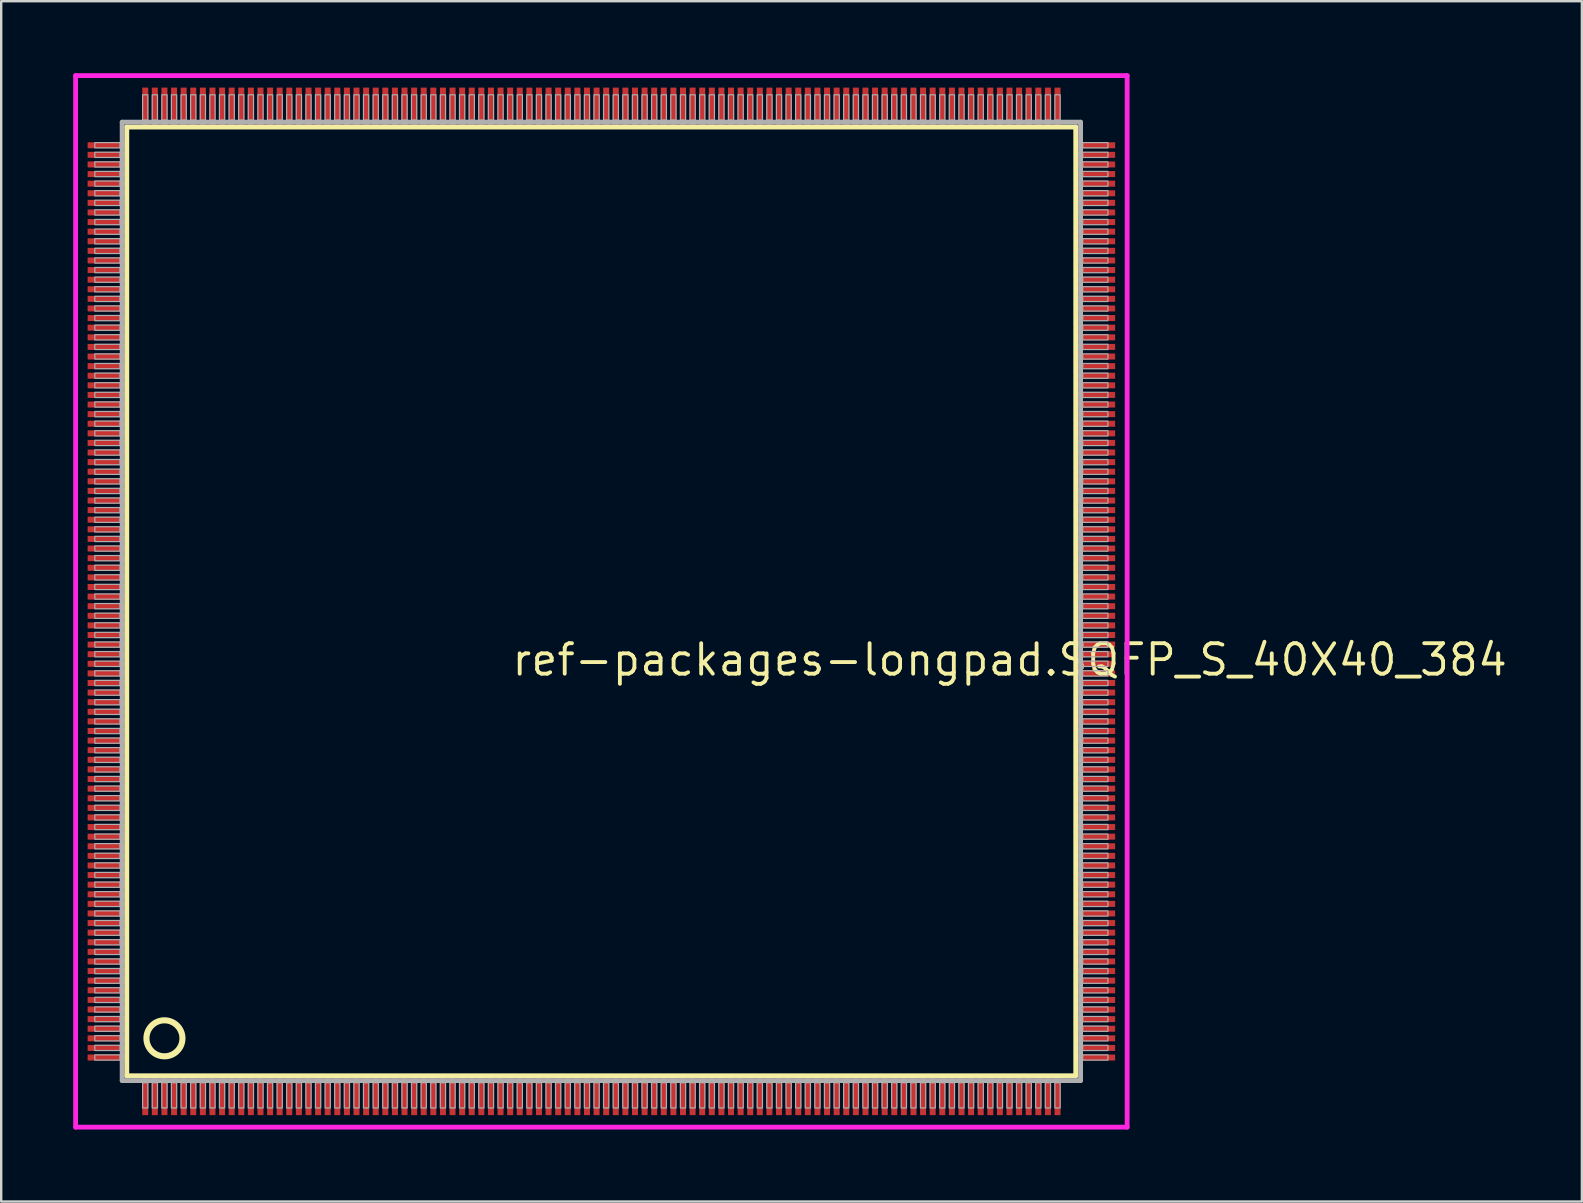
<source format=kicad_pcb>
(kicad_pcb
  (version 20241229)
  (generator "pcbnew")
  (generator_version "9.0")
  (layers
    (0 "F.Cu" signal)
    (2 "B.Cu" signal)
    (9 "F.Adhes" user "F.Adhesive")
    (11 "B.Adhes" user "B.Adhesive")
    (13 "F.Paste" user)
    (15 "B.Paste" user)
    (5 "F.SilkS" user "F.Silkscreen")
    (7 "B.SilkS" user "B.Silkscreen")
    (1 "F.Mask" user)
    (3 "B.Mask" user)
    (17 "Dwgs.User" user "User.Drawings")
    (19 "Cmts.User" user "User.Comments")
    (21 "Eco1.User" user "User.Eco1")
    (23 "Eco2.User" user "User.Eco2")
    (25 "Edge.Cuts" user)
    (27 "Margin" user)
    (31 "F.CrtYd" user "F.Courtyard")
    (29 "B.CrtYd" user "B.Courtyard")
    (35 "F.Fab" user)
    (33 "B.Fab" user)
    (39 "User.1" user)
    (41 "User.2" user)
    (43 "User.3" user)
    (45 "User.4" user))
  (footprint "ref-packages-longpad.SQFP_S_40X40_384"
    (layer "F.Cu")
    (at 22 22)
    (property "Reference" "ref-packages-longpad.SQFP_S_40X40_384" (at -3.81 3.175 0) (layer "F.SilkS") (effects (font (size 1.27 1.27) (thickness 0.16)) (justify left bottom)))
    (attr smd)
    (fp_line (start -19.77 -19.76) (end 19.76 -19.76) (stroke (width 0.203) (type default)) (layer "F.SilkS"))
    (fp_line (start -19.77 19.76) (end -19.77 -19.76) (stroke (width 0.203) (type default)) (layer "F.SilkS"))
    (fp_line (start 19.76 19.76) (end -19.77 19.76) (stroke (width 0.203) (type default)) (layer "F.SilkS"))
    (fp_line (start 19.76 -19.76) (end 19.76 19.76) (stroke (width 0.203) (type default)) (layer "F.SilkS"))
    (fp_circle (center -18.2 18.2) (end -17.45 18.2) (stroke (width 0.254) (type default)) (fill no) (layer "F.SilkS"))
    (fp_line (start -21.9 -21.9) (end 21.9 -21.9) (stroke (width 0.2) (type default)) (layer "F.CrtYd"))
    (fp_line (start -21.9 21.9) (end -21.9 -21.9) (stroke (width 0.2) (type default)) (layer "F.CrtYd"))
    (fp_line (start 21.9 -21.9) (end 21.9 21.9) (stroke (width 0.2) (type default)) (layer "F.CrtYd"))
    (fp_line (start 21.9 21.9) (end -21.9 21.9) (stroke (width 0.2) (type default)) (layer "F.CrtYd"))
    (fp_line (start -19.96 -19.96) (end -19.96 19.96) (stroke (width 0.203) (type default)) (layer "F.Fab"))
    (fp_line (start -19.96 19.96) (end 19.96 19.96) (stroke (width 0.203) (type default)) (layer "F.Fab"))
    (fp_line (start 19.96 -19.96) (end -19.96 -19.96) (stroke (width 0.203) (type default)) (layer "F.Fab"))
    (fp_line (start 19.96 19.96) (end 19.96 -19.96) (stroke (width 0.203) (type default)) (layer "F.Fab"))
    (fp_rect (start -21.1 -18.89) (end -20.05 -19.11) (stroke (width 0.05) (type default)) (fill no) (layer "F.Fab"))
    (fp_rect (start -21.1 -18.49) (end -20.05 -18.71) (stroke (width 0.05) (type default)) (fill no) (layer "F.Fab"))
    (fp_rect (start -21.1 -18.09) (end -20.05 -18.31) (stroke (width 0.05) (type default)) (fill no) (layer "F.Fab"))
    (fp_rect (start -21.1 -17.69) (end -20.05 -17.91) (stroke (width 0.05) (type default)) (fill no) (layer "F.Fab"))
    (fp_rect (start -21.1 -17.29) (end -20.05 -17.51) (stroke (width 0.05) (type default)) (fill no) (layer "F.Fab"))
    (fp_rect (start -21.1 -16.89) (end -20.05 -17.11) (stroke (width 0.05) (type default)) (fill no) (layer "F.Fab"))
    (fp_rect (start -21.1 -16.49) (end -20.05 -16.71) (stroke (width 0.05) (type default)) (fill no) (layer "F.Fab"))
    (fp_rect (start -21.1 -16.09) (end -20.05 -16.31) (stroke (width 0.05) (type default)) (fill no) (layer "F.Fab"))
    (fp_rect (start -21.1 -15.69) (end -20.05 -15.91) (stroke (width 0.05) (type default)) (fill no) (layer "F.Fab"))
    (fp_rect (start -21.1 -15.29) (end -20.05 -15.51) (stroke (width 0.05) (type default)) (fill no) (layer "F.Fab"))
    (fp_rect (start -21.1 -14.89) (end -20.05 -15.11) (stroke (width 0.05) (type default)) (fill no) (layer "F.Fab"))
    (fp_rect (start -21.1 -14.49) (end -20.05 -14.71) (stroke (width 0.05) (type default)) (fill no) (layer "F.Fab"))
    (fp_rect (start -21.1 -14.09) (end -20.05 -14.31) (stroke (width 0.05) (type default)) (fill no) (layer "F.Fab"))
    (fp_rect (start -21.1 -13.69) (end -20.05 -13.91) (stroke (width 0.05) (type default)) (fill no) (layer "F.Fab"))
    (fp_rect (start -21.1 -13.29) (end -20.05 -13.51) (stroke (width 0.05) (type default)) (fill no) (layer "F.Fab"))
    (fp_rect (start -21.1 -12.89) (end -20.05 -13.11) (stroke (width 0.05) (type default)) (fill no) (layer "F.Fab"))
    (fp_rect (start -21.1 -12.49) (end -20.05 -12.71) (stroke (width 0.05) (type default)) (fill no) (layer "F.Fab"))
    (fp_rect (start -21.1 -12.09) (end -20.05 -12.31) (stroke (width 0.05) (type default)) (fill no) (layer "F.Fab"))
    (fp_rect (start -21.1 -11.69) (end -20.05 -11.91) (stroke (width 0.05) (type default)) (fill no) (layer "F.Fab"))
    (fp_rect (start -21.1 -11.29) (end -20.05 -11.51) (stroke (width 0.05) (type default)) (fill no) (layer "F.Fab"))
    (fp_rect (start -21.1 -10.89) (end -20.05 -11.11) (stroke (width 0.05) (type default)) (fill no) (layer "F.Fab"))
    (fp_rect (start -21.1 -10.49) (end -20.05 -10.71) (stroke (width 0.05) (type default)) (fill no) (layer "F.Fab"))
    (fp_rect (start -21.1 -10.09) (end -20.05 -10.31) (stroke (width 0.05) (type default)) (fill no) (layer "F.Fab"))
    (fp_rect (start -21.1 -9.69) (end -20.05 -9.91) (stroke (width 0.05) (type default)) (fill no) (layer "F.Fab"))
    (fp_rect (start -21.1 -9.29) (end -20.05 -9.51) (stroke (width 0.05) (type default)) (fill no) (layer "F.Fab"))
    (fp_rect (start -21.1 -8.89) (end -20.05 -9.11) (stroke (width 0.05) (type default)) (fill no) (layer "F.Fab"))
    (fp_rect (start -21.1 -8.49) (end -20.05 -8.71) (stroke (width 0.05) (type default)) (fill no) (layer "F.Fab"))
    (fp_rect (start -21.1 -8.09) (end -20.05 -8.31) (stroke (width 0.05) (type default)) (fill no) (layer "F.Fab"))
    (fp_rect (start -21.1 -7.69) (end -20.05 -7.91) (stroke (width 0.05) (type default)) (fill no) (layer "F.Fab"))
    (fp_rect (start -21.1 -7.29) (end -20.05 -7.51) (stroke (width 0.05) (type default)) (fill no) (layer "F.Fab"))
    (fp_rect (start -21.1 -6.89) (end -20.05 -7.11) (stroke (width 0.05) (type default)) (fill no) (layer "F.Fab"))
    (fp_rect (start -21.1 -6.49) (end -20.05 -6.71) (stroke (width 0.05) (type default)) (fill no) (layer "F.Fab"))
    (fp_rect (start -21.1 -6.09) (end -20.05 -6.31) (stroke (width 0.05) (type default)) (fill no) (layer "F.Fab"))
    (fp_rect (start -21.1 -5.69) (end -20.05 -5.91) (stroke (width 0.05) (type default)) (fill no) (layer "F.Fab"))
    (fp_rect (start -21.1 -5.29) (end -20.05 -5.51) (stroke (width 0.05) (type default)) (fill no) (layer "F.Fab"))
    (fp_rect (start -21.1 -4.89) (end -20.05 -5.11) (stroke (width 0.05) (type default)) (fill no) (layer "F.Fab"))
    (fp_rect (start -21.1 -4.49) (end -20.05 -4.71) (stroke (width 0.05) (type default)) (fill no) (layer "F.Fab"))
    (fp_rect (start -21.1 -4.09) (end -20.05 -4.31) (stroke (width 0.05) (type default)) (fill no) (layer "F.Fab"))
    (fp_rect (start -21.1 -3.69) (end -20.05 -3.91) (stroke (width 0.05) (type default)) (fill no) (layer "F.Fab"))
    (fp_rect (start -21.1 -3.29) (end -20.05 -3.51) (stroke (width 0.05) (type default)) (fill no) (layer "F.Fab"))
    (fp_rect (start -21.1 -2.89) (end -20.05 -3.11) (stroke (width 0.05) (type default)) (fill no) (layer "F.Fab"))
    (fp_rect (start -21.1 -2.49) (end -20.05 -2.71) (stroke (width 0.05) (type default)) (fill no) (layer "F.Fab"))
    (fp_rect (start -21.1 -2.09) (end -20.05 -2.31) (stroke (width 0.05) (type default)) (fill no) (layer "F.Fab"))
    (fp_rect (start -21.1 -1.69) (end -20.05 -1.91) (stroke (width 0.05) (type default)) (fill no) (layer "F.Fab"))
    (fp_rect (start -21.1 -1.29) (end -20.05 -1.51) (stroke (width 0.05) (type default)) (fill no) (layer "F.Fab"))
    (fp_rect (start -21.1 -0.89) (end -20.05 -1.11) (stroke (width 0.05) (type default)) (fill no) (layer "F.Fab"))
    (fp_rect (start -21.1 -0.49) (end -20.05 -0.71) (stroke (width 0.05) (type default)) (fill no) (layer "F.Fab"))
    (fp_rect (start -21.1 -0.09) (end -20.05 -0.31) (stroke (width 0.05) (type default)) (fill no) (layer "F.Fab"))
    (fp_rect (start -21.1 0.31) (end -20.05 0.09) (stroke (width 0.05) (type default)) (fill no) (layer "F.Fab"))
    (fp_rect (start -21.1 0.71) (end -20.05 0.49) (stroke (width 0.05) (type default)) (fill no) (layer "F.Fab"))
    (fp_rect (start -21.1 1.11) (end -20.05 0.89) (stroke (width 0.05) (type default)) (fill no) (layer "F.Fab"))
    (fp_rect (start -21.1 1.51) (end -20.05 1.29) (stroke (width 0.05) (type default)) (fill no) (layer "F.Fab"))
    (fp_rect (start -21.1 1.91) (end -20.05 1.69) (stroke (width 0.05) (type default)) (fill no) (layer "F.Fab"))
    (fp_rect (start -21.1 2.31) (end -20.05 2.09) (stroke (width 0.05) (type default)) (fill no) (layer "F.Fab"))
    (fp_rect (start -21.1 2.71) (end -20.05 2.49) (stroke (width 0.05) (type default)) (fill no) (layer "F.Fab"))
    (fp_rect (start -21.1 3.11) (end -20.05 2.89) (stroke (width 0.05) (type default)) (fill no) (layer "F.Fab"))
    (fp_rect (start -21.1 3.51) (end -20.05 3.29) (stroke (width 0.05) (type default)) (fill no) (layer "F.Fab"))
    (fp_rect (start -21.1 3.91) (end -20.05 3.69) (stroke (width 0.05) (type default)) (fill no) (layer "F.Fab"))
    (fp_rect (start -21.1 4.31) (end -20.05 4.09) (stroke (width 0.05) (type default)) (fill no) (layer "F.Fab"))
    (fp_rect (start -21.1 4.71) (end -20.05 4.49) (stroke (width 0.05) (type default)) (fill no) (layer "F.Fab"))
    (fp_rect (start -21.1 5.11) (end -20.05 4.89) (stroke (width 0.05) (type default)) (fill no) (layer "F.Fab"))
    (fp_rect (start -21.1 5.51) (end -20.05 5.29) (stroke (width 0.05) (type default)) (fill no) (layer "F.Fab"))
    (fp_rect (start -21.1 5.91) (end -20.05 5.69) (stroke (width 0.05) (type default)) (fill no) (layer "F.Fab"))
    (fp_rect (start -21.1 6.31) (end -20.05 6.09) (stroke (width 0.05) (type default)) (fill no) (layer "F.Fab"))
    (fp_rect (start -21.1 6.71) (end -20.05 6.49) (stroke (width 0.05) (type default)) (fill no) (layer "F.Fab"))
    (fp_rect (start -21.1 7.11) (end -20.05 6.89) (stroke (width 0.05) (type default)) (fill no) (layer "F.Fab"))
    (fp_rect (start -21.1 7.51) (end -20.05 7.29) (stroke (width 0.05) (type default)) (fill no) (layer "F.Fab"))
    (fp_rect (start -21.1 7.91) (end -20.05 7.69) (stroke (width 0.05) (type default)) (fill no) (layer "F.Fab"))
    (fp_rect (start -21.1 8.31) (end -20.05 8.09) (stroke (width 0.05) (type default)) (fill no) (layer "F.Fab"))
    (fp_rect (start -21.1 8.71) (end -20.05 8.49) (stroke (width 0.05) (type default)) (fill no) (layer "F.Fab"))
    (fp_rect (start -21.1 9.11) (end -20.05 8.89) (stroke (width 0.05) (type default)) (fill no) (layer "F.Fab"))
    (fp_rect (start -21.1 9.51) (end -20.05 9.29) (stroke (width 0.05) (type default)) (fill no) (layer "F.Fab"))
    (fp_rect (start -21.1 9.91) (end -20.05 9.69) (stroke (width 0.05) (type default)) (fill no) (layer "F.Fab"))
    (fp_rect (start -21.1 10.31) (end -20.05 10.09) (stroke (width 0.05) (type default)) (fill no) (layer "F.Fab"))
    (fp_rect (start -21.1 10.71) (end -20.05 10.49) (stroke (width 0.05) (type default)) (fill no) (layer "F.Fab"))
    (fp_rect (start -21.1 11.11) (end -20.05 10.89) (stroke (width 0.05) (type default)) (fill no) (layer "F.Fab"))
    (fp_rect (start -21.1 11.51) (end -20.05 11.29) (stroke (width 0.05) (type default)) (fill no) (layer "F.Fab"))
    (fp_rect (start -21.1 11.91) (end -20.05 11.69) (stroke (width 0.05) (type default)) (fill no) (layer "F.Fab"))
    (fp_rect (start -21.1 12.31) (end -20.05 12.09) (stroke (width 0.05) (type default)) (fill no) (layer "F.Fab"))
    (fp_rect (start -21.1 12.71) (end -20.05 12.49) (stroke (width 0.05) (type default)) (fill no) (layer "F.Fab"))
    (fp_rect (start -21.1 13.11) (end -20.05 12.89) (stroke (width 0.05) (type default)) (fill no) (layer "F.Fab"))
    (fp_rect (start -21.1 13.51) (end -20.05 13.29) (stroke (width 0.05) (type default)) (fill no) (layer "F.Fab"))
    (fp_rect (start -21.1 13.91) (end -20.05 13.69) (stroke (width 0.05) (type default)) (fill no) (layer "F.Fab"))
    (fp_rect (start -21.1 14.31) (end -20.05 14.09) (stroke (width 0.05) (type default)) (fill no) (layer "F.Fab"))
    (fp_rect (start -21.1 14.71) (end -20.05 14.49) (stroke (width 0.05) (type default)) (fill no) (layer "F.Fab"))
    (fp_rect (start -21.1 15.11) (end -20.05 14.89) (stroke (width 0.05) (type default)) (fill no) (layer "F.Fab"))
    (fp_rect (start -21.1 15.51) (end -20.05 15.29) (stroke (width 0.05) (type default)) (fill no) (layer "F.Fab"))
    (fp_rect (start -21.1 15.91) (end -20.05 15.69) (stroke (width 0.05) (type default)) (fill no) (layer "F.Fab"))
    (fp_rect (start -21.1 16.31) (end -20.05 16.09) (stroke (width 0.05) (type default)) (fill no) (layer "F.Fab"))
    (fp_rect (start -21.1 16.71) (end -20.05 16.49) (stroke (width 0.05) (type default)) (fill no) (layer "F.Fab"))
    (fp_rect (start -21.1 17.11) (end -20.05 16.89) (stroke (width 0.05) (type default)) (fill no) (layer "F.Fab"))
    (fp_rect (start -21.1 17.51) (end -20.05 17.29) (stroke (width 0.05) (type default)) (fill no) (layer "F.Fab"))
    (fp_rect (start -21.1 17.91) (end -20.05 17.69) (stroke (width 0.05) (type default)) (fill no) (layer "F.Fab"))
    (fp_rect (start -21.1 18.31) (end -20.05 18.09) (stroke (width 0.05) (type default)) (fill no) (layer "F.Fab"))
    (fp_rect (start -21.1 18.71) (end -20.05 18.49) (stroke (width 0.05) (type default)) (fill no) (layer "F.Fab"))
    (fp_rect (start -21.1 19.11) (end -20.05 18.89) (stroke (width 0.05) (type default)) (fill no) (layer "F.Fab"))
    (fp_rect (start -19.11 -20.05) (end -18.89 -21.1) (stroke (width 0.05) (type default)) (fill no) (layer "F.Fab"))
    (fp_rect (start -19.11 21.1) (end -18.89 20.05) (stroke (width 0.05) (type default)) (fill no) (layer "F.Fab"))
    (fp_rect (start -18.71 -20.05) (end -18.49 -21.1) (stroke (width 0.05) (type default)) (fill no) (layer "F.Fab"))
    (fp_rect (start -18.71 21.1) (end -18.49 20.05) (stroke (width 0.05) (type default)) (fill no) (layer "F.Fab"))
    (fp_rect (start -18.31 -20.05) (end -18.09 -21.1) (stroke (width 0.05) (type default)) (fill no) (layer "F.Fab"))
    (fp_rect (start -18.31 21.1) (end -18.09 20.05) (stroke (width 0.05) (type default)) (fill no) (layer "F.Fab"))
    (fp_rect (start -17.91 -20.05) (end -17.69 -21.1) (stroke (width 0.05) (type default)) (fill no) (layer "F.Fab"))
    (fp_rect (start -17.91 21.1) (end -17.69 20.05) (stroke (width 0.05) (type default)) (fill no) (layer "F.Fab"))
    (fp_rect (start -17.51 -20.05) (end -17.29 -21.1) (stroke (width 0.05) (type default)) (fill no) (layer "F.Fab"))
    (fp_rect (start -17.51 21.1) (end -17.29 20.05) (stroke (width 0.05) (type default)) (fill no) (layer "F.Fab"))
    (fp_rect (start -17.11 -20.05) (end -16.89 -21.1) (stroke (width 0.05) (type default)) (fill no) (layer "F.Fab"))
    (fp_rect (start -17.11 21.1) (end -16.89 20.05) (stroke (width 0.05) (type default)) (fill no) (layer "F.Fab"))
    (fp_rect (start -16.71 -20.05) (end -16.49 -21.1) (stroke (width 0.05) (type default)) (fill no) (layer "F.Fab"))
    (fp_rect (start -16.71 21.1) (end -16.49 20.05) (stroke (width 0.05) (type default)) (fill no) (layer "F.Fab"))
    (fp_rect (start -16.31 -20.05) (end -16.09 -21.1) (stroke (width 0.05) (type default)) (fill no) (layer "F.Fab"))
    (fp_rect (start -16.31 21.1) (end -16.09 20.05) (stroke (width 0.05) (type default)) (fill no) (layer "F.Fab"))
    (fp_rect (start -15.91 -20.05) (end -15.69 -21.1) (stroke (width 0.05) (type default)) (fill no) (layer "F.Fab"))
    (fp_rect (start -15.91 21.1) (end -15.69 20.05) (stroke (width 0.05) (type default)) (fill no) (layer "F.Fab"))
    (fp_rect (start -15.51 -20.05) (end -15.29 -21.1) (stroke (width 0.05) (type default)) (fill no) (layer "F.Fab"))
    (fp_rect (start -15.51 21.1) (end -15.29 20.05) (stroke (width 0.05) (type default)) (fill no) (layer "F.Fab"))
    (fp_rect (start -15.11 -20.05) (end -14.89 -21.1) (stroke (width 0.05) (type default)) (fill no) (layer "F.Fab"))
    (fp_rect (start -15.11 21.1) (end -14.89 20.05) (stroke (width 0.05) (type default)) (fill no) (layer "F.Fab"))
    (fp_rect (start -14.71 -20.05) (end -14.49 -21.1) (stroke (width 0.05) (type default)) (fill no) (layer "F.Fab"))
    (fp_rect (start -14.71 21.1) (end -14.49 20.05) (stroke (width 0.05) (type default)) (fill no) (layer "F.Fab"))
    (fp_rect (start -14.31 -20.05) (end -14.09 -21.1) (stroke (width 0.05) (type default)) (fill no) (layer "F.Fab"))
    (fp_rect (start -14.31 21.1) (end -14.09 20.05) (stroke (width 0.05) (type default)) (fill no) (layer "F.Fab"))
    (fp_rect (start -13.91 -20.05) (end -13.69 -21.1) (stroke (width 0.05) (type default)) (fill no) (layer "F.Fab"))
    (fp_rect (start -13.91 21.1) (end -13.69 20.05) (stroke (width 0.05) (type default)) (fill no) (layer "F.Fab"))
    (fp_rect (start -13.51 -20.05) (end -13.29 -21.1) (stroke (width 0.05) (type default)) (fill no) (layer "F.Fab"))
    (fp_rect (start -13.51 21.1) (end -13.29 20.05) (stroke (width 0.05) (type default)) (fill no) (layer "F.Fab"))
    (fp_rect (start -13.11 -20.05) (end -12.89 -21.1) (stroke (width 0.05) (type default)) (fill no) (layer "F.Fab"))
    (fp_rect (start -13.11 21.1) (end -12.89 20.05) (stroke (width 0.05) (type default)) (fill no) (layer "F.Fab"))
    (fp_rect (start -12.71 -20.05) (end -12.49 -21.1) (stroke (width 0.05) (type default)) (fill no) (layer "F.Fab"))
    (fp_rect (start -12.71 21.1) (end -12.49 20.05) (stroke (width 0.05) (type default)) (fill no) (layer "F.Fab"))
    (fp_rect (start -12.31 -20.05) (end -12.09 -21.1) (stroke (width 0.05) (type default)) (fill no) (layer "F.Fab"))
    (fp_rect (start -12.31 21.1) (end -12.09 20.05) (stroke (width 0.05) (type default)) (fill no) (layer "F.Fab"))
    (fp_rect (start -11.91 -20.05) (end -11.69 -21.1) (stroke (width 0.05) (type default)) (fill no) (layer "F.Fab"))
    (fp_rect (start -11.91 21.1) (end -11.69 20.05) (stroke (width 0.05) (type default)) (fill no) (layer "F.Fab"))
    (fp_rect (start -11.51 -20.05) (end -11.29 -21.1) (stroke (width 0.05) (type default)) (fill no) (layer "F.Fab"))
    (fp_rect (start -11.51 21.1) (end -11.29 20.05) (stroke (width 0.05) (type default)) (fill no) (layer "F.Fab"))
    (fp_rect (start -11.11 -20.05) (end -10.89 -21.1) (stroke (width 0.05) (type default)) (fill no) (layer "F.Fab"))
    (fp_rect (start -11.11 21.1) (end -10.89 20.05) (stroke (width 0.05) (type default)) (fill no) (layer "F.Fab"))
    (fp_rect (start -10.71 -20.05) (end -10.49 -21.1) (stroke (width 0.05) (type default)) (fill no) (layer "F.Fab"))
    (fp_rect (start -10.71 21.1) (end -10.49 20.05) (stroke (width 0.05) (type default)) (fill no) (layer "F.Fab"))
    (fp_rect (start -10.31 -20.05) (end -10.09 -21.1) (stroke (width 0.05) (type default)) (fill no) (layer "F.Fab"))
    (fp_rect (start -10.31 21.1) (end -10.09 20.05) (stroke (width 0.05) (type default)) (fill no) (layer "F.Fab"))
    (fp_rect (start -9.91 -20.05) (end -9.69 -21.1) (stroke (width 0.05) (type default)) (fill no) (layer "F.Fab"))
    (fp_rect (start -9.91 21.1) (end -9.69 20.05) (stroke (width 0.05) (type default)) (fill no) (layer "F.Fab"))
    (fp_rect (start -9.51 -20.05) (end -9.29 -21.1) (stroke (width 0.05) (type default)) (fill no) (layer "F.Fab"))
    (fp_rect (start -9.51 21.1) (end -9.29 20.05) (stroke (width 0.05) (type default)) (fill no) (layer "F.Fab"))
    (fp_rect (start -9.11 -20.05) (end -8.89 -21.1) (stroke (width 0.05) (type default)) (fill no) (layer "F.Fab"))
    (fp_rect (start -9.11 21.1) (end -8.89 20.05) (stroke (width 0.05) (type default)) (fill no) (layer "F.Fab"))
    (fp_rect (start -8.71 -20.05) (end -8.49 -21.1) (stroke (width 0.05) (type default)) (fill no) (layer "F.Fab"))
    (fp_rect (start -8.71 21.1) (end -8.49 20.05) (stroke (width 0.05) (type default)) (fill no) (layer "F.Fab"))
    (fp_rect (start -8.31 -20.05) (end -8.09 -21.1) (stroke (width 0.05) (type default)) (fill no) (layer "F.Fab"))
    (fp_rect (start -8.31 21.1) (end -8.09 20.05) (stroke (width 0.05) (type default)) (fill no) (layer "F.Fab"))
    (fp_rect (start -7.91 -20.05) (end -7.69 -21.1) (stroke (width 0.05) (type default)) (fill no) (layer "F.Fab"))
    (fp_rect (start -7.91 21.1) (end -7.69 20.05) (stroke (width 0.05) (type default)) (fill no) (layer "F.Fab"))
    (fp_rect (start -7.51 -20.05) (end -7.29 -21.1) (stroke (width 0.05) (type default)) (fill no) (layer "F.Fab"))
    (fp_rect (start -7.51 21.1) (end -7.29 20.05) (stroke (width 0.05) (type default)) (fill no) (layer "F.Fab"))
    (fp_rect (start -7.11 -20.05) (end -6.89 -21.1) (stroke (width 0.05) (type default)) (fill no) (layer "F.Fab"))
    (fp_rect (start -7.11 21.1) (end -6.89 20.05) (stroke (width 0.05) (type default)) (fill no) (layer "F.Fab"))
    (fp_rect (start -6.71 -20.05) (end -6.49 -21.1) (stroke (width 0.05) (type default)) (fill no) (layer "F.Fab"))
    (fp_rect (start -6.71 21.1) (end -6.49 20.05) (stroke (width 0.05) (type default)) (fill no) (layer "F.Fab"))
    (fp_rect (start -6.31 -20.05) (end -6.09 -21.1) (stroke (width 0.05) (type default)) (fill no) (layer "F.Fab"))
    (fp_rect (start -6.31 21.1) (end -6.09 20.05) (stroke (width 0.05) (type default)) (fill no) (layer "F.Fab"))
    (fp_rect (start -5.91 -20.05) (end -5.69 -21.1) (stroke (width 0.05) (type default)) (fill no) (layer "F.Fab"))
    (fp_rect (start -5.91 21.1) (end -5.69 20.05) (stroke (width 0.05) (type default)) (fill no) (layer "F.Fab"))
    (fp_rect (start -5.51 -20.05) (end -5.29 -21.1) (stroke (width 0.05) (type default)) (fill no) (layer "F.Fab"))
    (fp_rect (start -5.51 21.1) (end -5.29 20.05) (stroke (width 0.05) (type default)) (fill no) (layer "F.Fab"))
    (fp_rect (start -5.11 -20.05) (end -4.89 -21.1) (stroke (width 0.05) (type default)) (fill no) (layer "F.Fab"))
    (fp_rect (start -5.11 21.1) (end -4.89 20.05) (stroke (width 0.05) (type default)) (fill no) (layer "F.Fab"))
    (fp_rect (start -4.71 -20.05) (end -4.49 -21.1) (stroke (width 0.05) (type default)) (fill no) (layer "F.Fab"))
    (fp_rect (start -4.71 21.1) (end -4.49 20.05) (stroke (width 0.05) (type default)) (fill no) (layer "F.Fab"))
    (fp_rect (start -4.31 -20.05) (end -4.09 -21.1) (stroke (width 0.05) (type default)) (fill no) (layer "F.Fab"))
    (fp_rect (start -4.31 21.1) (end -4.09 20.05) (stroke (width 0.05) (type default)) (fill no) (layer "F.Fab"))
    (fp_rect (start -3.91 -20.05) (end -3.69 -21.1) (stroke (width 0.05) (type default)) (fill no) (layer "F.Fab"))
    (fp_rect (start -3.91 21.1) (end -3.69 20.05) (stroke (width 0.05) (type default)) (fill no) (layer "F.Fab"))
    (fp_rect (start -3.51 -20.05) (end -3.29 -21.1) (stroke (width 0.05) (type default)) (fill no) (layer "F.Fab"))
    (fp_rect (start -3.51 21.1) (end -3.29 20.05) (stroke (width 0.05) (type default)) (fill no) (layer "F.Fab"))
    (fp_rect (start -3.11 -20.05) (end -2.89 -21.1) (stroke (width 0.05) (type default)) (fill no) (layer "F.Fab"))
    (fp_rect (start -3.11 21.1) (end -2.89 20.05) (stroke (width 0.05) (type default)) (fill no) (layer "F.Fab"))
    (fp_rect (start -2.71 -20.05) (end -2.49 -21.1) (stroke (width 0.05) (type default)) (fill no) (layer "F.Fab"))
    (fp_rect (start -2.71 21.1) (end -2.49 20.05) (stroke (width 0.05) (type default)) (fill no) (layer "F.Fab"))
    (fp_rect (start -2.31 -20.05) (end -2.09 -21.1) (stroke (width 0.05) (type default)) (fill no) (layer "F.Fab"))
    (fp_rect (start -2.31 21.1) (end -2.09 20.05) (stroke (width 0.05) (type default)) (fill no) (layer "F.Fab"))
    (fp_rect (start -1.91 -20.05) (end -1.69 -21.1) (stroke (width 0.05) (type default)) (fill no) (layer "F.Fab"))
    (fp_rect (start -1.91 21.1) (end -1.69 20.05) (stroke (width 0.05) (type default)) (fill no) (layer "F.Fab"))
    (fp_rect (start -1.51 -20.05) (end -1.29 -21.1) (stroke (width 0.05) (type default)) (fill no) (layer "F.Fab"))
    (fp_rect (start -1.51 21.1) (end -1.29 20.05) (stroke (width 0.05) (type default)) (fill no) (layer "F.Fab"))
    (fp_rect (start -1.11 -20.05) (end -0.89 -21.1) (stroke (width 0.05) (type default)) (fill no) (layer "F.Fab"))
    (fp_rect (start -1.11 21.1) (end -0.89 20.05) (stroke (width 0.05) (type default)) (fill no) (layer "F.Fab"))
    (fp_rect (start -0.71 -20.05) (end -0.49 -21.1) (stroke (width 0.05) (type default)) (fill no) (layer "F.Fab"))
    (fp_rect (start -0.71 21.1) (end -0.49 20.05) (stroke (width 0.05) (type default)) (fill no) (layer "F.Fab"))
    (fp_rect (start -0.31 -20.05) (end -0.09 -21.1) (stroke (width 0.05) (type default)) (fill no) (layer "F.Fab"))
    (fp_rect (start -0.31 21.1) (end -0.09 20.05) (stroke (width 0.05) (type default)) (fill no) (layer "F.Fab"))
    (fp_rect (start 0.09 -20.05) (end 0.31 -21.1) (stroke (width 0.05) (type default)) (fill no) (layer "F.Fab"))
    (fp_rect (start 0.09 21.1) (end 0.31 20.05) (stroke (width 0.05) (type default)) (fill no) (layer "F.Fab"))
    (fp_rect (start 0.49 -20.05) (end 0.71 -21.1) (stroke (width 0.05) (type default)) (fill no) (layer "F.Fab"))
    (fp_rect (start 0.49 21.1) (end 0.71 20.05) (stroke (width 0.05) (type default)) (fill no) (layer "F.Fab"))
    (fp_rect (start 0.89 -20.05) (end 1.11 -21.1) (stroke (width 0.05) (type default)) (fill no) (layer "F.Fab"))
    (fp_rect (start 0.89 21.1) (end 1.11 20.05) (stroke (width 0.05) (type default)) (fill no) (layer "F.Fab"))
    (fp_rect (start 1.29 -20.05) (end 1.51 -21.1) (stroke (width 0.05) (type default)) (fill no) (layer "F.Fab"))
    (fp_rect (start 1.29 21.1) (end 1.51 20.05) (stroke (width 0.05) (type default)) (fill no) (layer "F.Fab"))
    (fp_rect (start 1.69 -20.05) (end 1.91 -21.1) (stroke (width 0.05) (type default)) (fill no) (layer "F.Fab"))
    (fp_rect (start 1.69 21.1) (end 1.91 20.05) (stroke (width 0.05) (type default)) (fill no) (layer "F.Fab"))
    (fp_rect (start 2.09 -20.05) (end 2.31 -21.1) (stroke (width 0.05) (type default)) (fill no) (layer "F.Fab"))
    (fp_rect (start 2.09 21.1) (end 2.31 20.05) (stroke (width 0.05) (type default)) (fill no) (layer "F.Fab"))
    (fp_rect (start 2.49 -20.05) (end 2.71 -21.1) (stroke (width 0.05) (type default)) (fill no) (layer "F.Fab"))
    (fp_rect (start 2.49 21.1) (end 2.71 20.05) (stroke (width 0.05) (type default)) (fill no) (layer "F.Fab"))
    (fp_rect (start 2.89 -20.05) (end 3.11 -21.1) (stroke (width 0.05) (type default)) (fill no) (layer "F.Fab"))
    (fp_rect (start 2.89 21.1) (end 3.11 20.05) (stroke (width 0.05) (type default)) (fill no) (layer "F.Fab"))
    (fp_rect (start 3.29 -20.05) (end 3.51 -21.1) (stroke (width 0.05) (type default)) (fill no) (layer "F.Fab"))
    (fp_rect (start 3.29 21.1) (end 3.51 20.05) (stroke (width 0.05) (type default)) (fill no) (layer "F.Fab"))
    (fp_rect (start 3.69 -20.05) (end 3.91 -21.1) (stroke (width 0.05) (type default)) (fill no) (layer "F.Fab"))
    (fp_rect (start 3.69 21.1) (end 3.91 20.05) (stroke (width 0.05) (type default)) (fill no) (layer "F.Fab"))
    (fp_rect (start 4.09 -20.05) (end 4.31 -21.1) (stroke (width 0.05) (type default)) (fill no) (layer "F.Fab"))
    (fp_rect (start 4.09 21.1) (end 4.31 20.05) (stroke (width 0.05) (type default)) (fill no) (layer "F.Fab"))
    (fp_rect (start 4.49 -20.05) (end 4.71 -21.1) (stroke (width 0.05) (type default)) (fill no) (layer "F.Fab"))
    (fp_rect (start 4.49 21.1) (end 4.71 20.05) (stroke (width 0.05) (type default)) (fill no) (layer "F.Fab"))
    (fp_rect (start 4.89 -20.05) (end 5.11 -21.1) (stroke (width 0.05) (type default)) (fill no) (layer "F.Fab"))
    (fp_rect (start 4.89 21.1) (end 5.11 20.05) (stroke (width 0.05) (type default)) (fill no) (layer "F.Fab"))
    (fp_rect (start 5.29 -20.05) (end 5.51 -21.1) (stroke (width 0.05) (type default)) (fill no) (layer "F.Fab"))
    (fp_rect (start 5.29 21.1) (end 5.51 20.05) (stroke (width 0.05) (type default)) (fill no) (layer "F.Fab"))
    (fp_rect (start 5.69 -20.05) (end 5.91 -21.1) (stroke (width 0.05) (type default)) (fill no) (layer "F.Fab"))
    (fp_rect (start 5.69 21.1) (end 5.91 20.05) (stroke (width 0.05) (type default)) (fill no) (layer "F.Fab"))
    (fp_rect (start 6.09 -20.05) (end 6.31 -21.1) (stroke (width 0.05) (type default)) (fill no) (layer "F.Fab"))
    (fp_rect (start 6.09 21.1) (end 6.31 20.05) (stroke (width 0.05) (type default)) (fill no) (layer "F.Fab"))
    (fp_rect (start 6.49 -20.05) (end 6.71 -21.1) (stroke (width 0.05) (type default)) (fill no) (layer "F.Fab"))
    (fp_rect (start 6.49 21.1) (end 6.71 20.05) (stroke (width 0.05) (type default)) (fill no) (layer "F.Fab"))
    (fp_rect (start 6.89 -20.05) (end 7.11 -21.1) (stroke (width 0.05) (type default)) (fill no) (layer "F.Fab"))
    (fp_rect (start 6.89 21.1) (end 7.11 20.05) (stroke (width 0.05) (type default)) (fill no) (layer "F.Fab"))
    (fp_rect (start 7.29 -20.05) (end 7.51 -21.1) (stroke (width 0.05) (type default)) (fill no) (layer "F.Fab"))
    (fp_rect (start 7.29 21.1) (end 7.51 20.05) (stroke (width 0.05) (type default)) (fill no) (layer "F.Fab"))
    (fp_rect (start 7.69 -20.05) (end 7.91 -21.1) (stroke (width 0.05) (type default)) (fill no) (layer "F.Fab"))
    (fp_rect (start 7.69 21.1) (end 7.91 20.05) (stroke (width 0.05) (type default)) (fill no) (layer "F.Fab"))
    (fp_rect (start 8.09 -20.05) (end 8.31 -21.1) (stroke (width 0.05) (type default)) (fill no) (layer "F.Fab"))
    (fp_rect (start 8.09 21.1) (end 8.31 20.05) (stroke (width 0.05) (type default)) (fill no) (layer "F.Fab"))
    (fp_rect (start 8.49 -20.05) (end 8.71 -21.1) (stroke (width 0.05) (type default)) (fill no) (layer "F.Fab"))
    (fp_rect (start 8.49 21.1) (end 8.71 20.05) (stroke (width 0.05) (type default)) (fill no) (layer "F.Fab"))
    (fp_rect (start 8.89 -20.05) (end 9.11 -21.1) (stroke (width 0.05) (type default)) (fill no) (layer "F.Fab"))
    (fp_rect (start 8.89 21.1) (end 9.11 20.05) (stroke (width 0.05) (type default)) (fill no) (layer "F.Fab"))
    (fp_rect (start 9.29 -20.05) (end 9.51 -21.1) (stroke (width 0.05) (type default)) (fill no) (layer "F.Fab"))
    (fp_rect (start 9.29 21.1) (end 9.51 20.05) (stroke (width 0.05) (type default)) (fill no) (layer "F.Fab"))
    (fp_rect (start 9.69 -20.05) (end 9.91 -21.1) (stroke (width 0.05) (type default)) (fill no) (layer "F.Fab"))
    (fp_rect (start 9.69 21.1) (end 9.91 20.05) (stroke (width 0.05) (type default)) (fill no) (layer "F.Fab"))
    (fp_rect (start 10.09 -20.05) (end 10.31 -21.1) (stroke (width 0.05) (type default)) (fill no) (layer "F.Fab"))
    (fp_rect (start 10.09 21.1) (end 10.31 20.05) (stroke (width 0.05) (type default)) (fill no) (layer "F.Fab"))
    (fp_rect (start 10.49 -20.05) (end 10.71 -21.1) (stroke (width 0.05) (type default)) (fill no) (layer "F.Fab"))
    (fp_rect (start 10.49 21.1) (end 10.71 20.05) (stroke (width 0.05) (type default)) (fill no) (layer "F.Fab"))
    (fp_rect (start 10.89 -20.05) (end 11.11 -21.1) (stroke (width 0.05) (type default)) (fill no) (layer "F.Fab"))
    (fp_rect (start 10.89 21.1) (end 11.11 20.05) (stroke (width 0.05) (type default)) (fill no) (layer "F.Fab"))
    (fp_rect (start 11.29 -20.05) (end 11.51 -21.1) (stroke (width 0.05) (type default)) (fill no) (layer "F.Fab"))
    (fp_rect (start 11.29 21.1) (end 11.51 20.05) (stroke (width 0.05) (type default)) (fill no) (layer "F.Fab"))
    (fp_rect (start 11.69 -20.05) (end 11.91 -21.1) (stroke (width 0.05) (type default)) (fill no) (layer "F.Fab"))
    (fp_rect (start 11.69 21.1) (end 11.91 20.05) (stroke (width 0.05) (type default)) (fill no) (layer "F.Fab"))
    (fp_rect (start 12.09 -20.05) (end 12.31 -21.1) (stroke (width 0.05) (type default)) (fill no) (layer "F.Fab"))
    (fp_rect (start 12.09 21.1) (end 12.31 20.05) (stroke (width 0.05) (type default)) (fill no) (layer "F.Fab"))
    (fp_rect (start 12.49 -20.05) (end 12.71 -21.1) (stroke (width 0.05) (type default)) (fill no) (layer "F.Fab"))
    (fp_rect (start 12.49 21.1) (end 12.71 20.05) (stroke (width 0.05) (type default)) (fill no) (layer "F.Fab"))
    (fp_rect (start 12.89 -20.05) (end 13.11 -21.1) (stroke (width 0.05) (type default)) (fill no) (layer "F.Fab"))
    (fp_rect (start 12.89 21.1) (end 13.11 20.05) (stroke (width 0.05) (type default)) (fill no) (layer "F.Fab"))
    (fp_rect (start 13.29 -20.05) (end 13.51 -21.1) (stroke (width 0.05) (type default)) (fill no) (layer "F.Fab"))
    (fp_rect (start 13.29 21.1) (end 13.51 20.05) (stroke (width 0.05) (type default)) (fill no) (layer "F.Fab"))
    (fp_rect (start 13.69 -20.05) (end 13.91 -21.1) (stroke (width 0.05) (type default)) (fill no) (layer "F.Fab"))
    (fp_rect (start 13.69 21.1) (end 13.91 20.05) (stroke (width 0.05) (type default)) (fill no) (layer "F.Fab"))
    (fp_rect (start 14.09 -20.05) (end 14.31 -21.1) (stroke (width 0.05) (type default)) (fill no) (layer "F.Fab"))
    (fp_rect (start 14.09 21.1) (end 14.31 20.05) (stroke (width 0.05) (type default)) (fill no) (layer "F.Fab"))
    (fp_rect (start 14.49 -20.05) (end 14.71 -21.1) (stroke (width 0.05) (type default)) (fill no) (layer "F.Fab"))
    (fp_rect (start 14.49 21.1) (end 14.71 20.05) (stroke (width 0.05) (type default)) (fill no) (layer "F.Fab"))
    (fp_rect (start 14.89 -20.05) (end 15.11 -21.1) (stroke (width 0.05) (type default)) (fill no) (layer "F.Fab"))
    (fp_rect (start 14.89 21.1) (end 15.11 20.05) (stroke (width 0.05) (type default)) (fill no) (layer "F.Fab"))
    (fp_rect (start 15.29 -20.05) (end 15.51 -21.1) (stroke (width 0.05) (type default)) (fill no) (layer "F.Fab"))
    (fp_rect (start 15.29 21.1) (end 15.51 20.05) (stroke (width 0.05) (type default)) (fill no) (layer "F.Fab"))
    (fp_rect (start 15.69 -20.05) (end 15.91 -21.1) (stroke (width 0.05) (type default)) (fill no) (layer "F.Fab"))
    (fp_rect (start 15.69 21.1) (end 15.91 20.05) (stroke (width 0.05) (type default)) (fill no) (layer "F.Fab"))
    (fp_rect (start 16.09 -20.05) (end 16.31 -21.1) (stroke (width 0.05) (type default)) (fill no) (layer "F.Fab"))
    (fp_rect (start 16.09 21.1) (end 16.31 20.05) (stroke (width 0.05) (type default)) (fill no) (layer "F.Fab"))
    (fp_rect (start 16.49 -20.05) (end 16.71 -21.1) (stroke (width 0.05) (type default)) (fill no) (layer "F.Fab"))
    (fp_rect (start 16.49 21.1) (end 16.71 20.05) (stroke (width 0.05) (type default)) (fill no) (layer "F.Fab"))
    (fp_rect (start 16.89 -20.05) (end 17.11 -21.1) (stroke (width 0.05) (type default)) (fill no) (layer "F.Fab"))
    (fp_rect (start 16.89 21.1) (end 17.11 20.05) (stroke (width 0.05) (type default)) (fill no) (layer "F.Fab"))
    (fp_rect (start 17.29 -20.05) (end 17.51 -21.1) (stroke (width 0.05) (type default)) (fill no) (layer "F.Fab"))
    (fp_rect (start 17.29 21.1) (end 17.51 20.05) (stroke (width 0.05) (type default)) (fill no) (layer "F.Fab"))
    (fp_rect (start 17.69 -20.05) (end 17.91 -21.1) (stroke (width 0.05) (type default)) (fill no) (layer "F.Fab"))
    (fp_rect (start 17.69 21.1) (end 17.91 20.05) (stroke (width 0.05) (type default)) (fill no) (layer "F.Fab"))
    (fp_rect (start 18.09 -20.05) (end 18.31 -21.1) (stroke (width 0.05) (type default)) (fill no) (layer "F.Fab"))
    (fp_rect (start 18.09 21.1) (end 18.31 20.05) (stroke (width 0.05) (type default)) (fill no) (layer "F.Fab"))
    (fp_rect (start 18.49 -20.05) (end 18.71 -21.1) (stroke (width 0.05) (type default)) (fill no) (layer "F.Fab"))
    (fp_rect (start 18.49 21.1) (end 18.71 20.05) (stroke (width 0.05) (type default)) (fill no) (layer "F.Fab"))
    (fp_rect (start 18.89 -20.05) (end 19.11 -21.1) (stroke (width 0.05) (type default)) (fill no) (layer "F.Fab"))
    (fp_rect (start 18.89 21.1) (end 19.11 20.05) (stroke (width 0.05) (type default)) (fill no) (layer "F.Fab"))
    (fp_rect (start 20.05 -18.89) (end 21.1 -19.11) (stroke (width 0.05) (type default)) (fill no) (layer "F.Fab"))
    (fp_rect (start 20.05 -18.49) (end 21.1 -18.71) (stroke (width 0.05) (type default)) (fill no) (layer "F.Fab"))
    (fp_rect (start 20.05 -18.09) (end 21.1 -18.31) (stroke (width 0.05) (type default)) (fill no) (layer "F.Fab"))
    (fp_rect (start 20.05 -17.69) (end 21.1 -17.91) (stroke (width 0.05) (type default)) (fill no) (layer "F.Fab"))
    (fp_rect (start 20.05 -17.29) (end 21.1 -17.51) (stroke (width 0.05) (type default)) (fill no) (layer "F.Fab"))
    (fp_rect (start 20.05 -16.89) (end 21.1 -17.11) (stroke (width 0.05) (type default)) (fill no) (layer "F.Fab"))
    (fp_rect (start 20.05 -16.49) (end 21.1 -16.71) (stroke (width 0.05) (type default)) (fill no) (layer "F.Fab"))
    (fp_rect (start 20.05 -16.09) (end 21.1 -16.31) (stroke (width 0.05) (type default)) (fill no) (layer "F.Fab"))
    (fp_rect (start 20.05 -15.69) (end 21.1 -15.91) (stroke (width 0.05) (type default)) (fill no) (layer "F.Fab"))
    (fp_rect (start 20.05 -15.29) (end 21.1 -15.51) (stroke (width 0.05) (type default)) (fill no) (layer "F.Fab"))
    (fp_rect (start 20.05 -14.89) (end 21.1 -15.11) (stroke (width 0.05) (type default)) (fill no) (layer "F.Fab"))
    (fp_rect (start 20.05 -14.49) (end 21.1 -14.71) (stroke (width 0.05) (type default)) (fill no) (layer "F.Fab"))
    (fp_rect (start 20.05 -14.09) (end 21.1 -14.31) (stroke (width 0.05) (type default)) (fill no) (layer "F.Fab"))
    (fp_rect (start 20.05 -13.69) (end 21.1 -13.91) (stroke (width 0.05) (type default)) (fill no) (layer "F.Fab"))
    (fp_rect (start 20.05 -13.29) (end 21.1 -13.51) (stroke (width 0.05) (type default)) (fill no) (layer "F.Fab"))
    (fp_rect (start 20.05 -12.89) (end 21.1 -13.11) (stroke (width 0.05) (type default)) (fill no) (layer "F.Fab"))
    (fp_rect (start 20.05 -12.49) (end 21.1 -12.71) (stroke (width 0.05) (type default)) (fill no) (layer "F.Fab"))
    (fp_rect (start 20.05 -12.09) (end 21.1 -12.31) (stroke (width 0.05) (type default)) (fill no) (layer "F.Fab"))
    (fp_rect (start 20.05 -11.69) (end 21.1 -11.91) (stroke (width 0.05) (type default)) (fill no) (layer "F.Fab"))
    (fp_rect (start 20.05 -11.29) (end 21.1 -11.51) (stroke (width 0.05) (type default)) (fill no) (layer "F.Fab"))
    (fp_rect (start 20.05 -10.89) (end 21.1 -11.11) (stroke (width 0.05) (type default)) (fill no) (layer "F.Fab"))
    (fp_rect (start 20.05 -10.49) (end 21.1 -10.71) (stroke (width 0.05) (type default)) (fill no) (layer "F.Fab"))
    (fp_rect (start 20.05 -10.09) (end 21.1 -10.31) (stroke (width 0.05) (type default)) (fill no) (layer "F.Fab"))
    (fp_rect (start 20.05 -9.69) (end 21.1 -9.91) (stroke (width 0.05) (type default)) (fill no) (layer "F.Fab"))
    (fp_rect (start 20.05 -9.29) (end 21.1 -9.51) (stroke (width 0.05) (type default)) (fill no) (layer "F.Fab"))
    (fp_rect (start 20.05 -8.89) (end 21.1 -9.11) (stroke (width 0.05) (type default)) (fill no) (layer "F.Fab"))
    (fp_rect (start 20.05 -8.49) (end 21.1 -8.71) (stroke (width 0.05) (type default)) (fill no) (layer "F.Fab"))
    (fp_rect (start 20.05 -8.09) (end 21.1 -8.31) (stroke (width 0.05) (type default)) (fill no) (layer "F.Fab"))
    (fp_rect (start 20.05 -7.69) (end 21.1 -7.91) (stroke (width 0.05) (type default)) (fill no) (layer "F.Fab"))
    (fp_rect (start 20.05 -7.29) (end 21.1 -7.51) (stroke (width 0.05) (type default)) (fill no) (layer "F.Fab"))
    (fp_rect (start 20.05 -6.89) (end 21.1 -7.11) (stroke (width 0.05) (type default)) (fill no) (layer "F.Fab"))
    (fp_rect (start 20.05 -6.49) (end 21.1 -6.71) (stroke (width 0.05) (type default)) (fill no) (layer "F.Fab"))
    (fp_rect (start 20.05 -6.09) (end 21.1 -6.31) (stroke (width 0.05) (type default)) (fill no) (layer "F.Fab"))
    (fp_rect (start 20.05 -5.69) (end 21.1 -5.91) (stroke (width 0.05) (type default)) (fill no) (layer "F.Fab"))
    (fp_rect (start 20.05 -5.29) (end 21.1 -5.51) (stroke (width 0.05) (type default)) (fill no) (layer "F.Fab"))
    (fp_rect (start 20.05 -4.89) (end 21.1 -5.11) (stroke (width 0.05) (type default)) (fill no) (layer "F.Fab"))
    (fp_rect (start 20.05 -4.49) (end 21.1 -4.71) (stroke (width 0.05) (type default)) (fill no) (layer "F.Fab"))
    (fp_rect (start 20.05 -4.09) (end 21.1 -4.31) (stroke (width 0.05) (type default)) (fill no) (layer "F.Fab"))
    (fp_rect (start 20.05 -3.69) (end 21.1 -3.91) (stroke (width 0.05) (type default)) (fill no) (layer "F.Fab"))
    (fp_rect (start 20.05 -3.29) (end 21.1 -3.51) (stroke (width 0.05) (type default)) (fill no) (layer "F.Fab"))
    (fp_rect (start 20.05 -2.89) (end 21.1 -3.11) (stroke (width 0.05) (type default)) (fill no) (layer "F.Fab"))
    (fp_rect (start 20.05 -2.49) (end 21.1 -2.71) (stroke (width 0.05) (type default)) (fill no) (layer "F.Fab"))
    (fp_rect (start 20.05 -2.09) (end 21.1 -2.31) (stroke (width 0.05) (type default)) (fill no) (layer "F.Fab"))
    (fp_rect (start 20.05 -1.69) (end 21.1 -1.91) (stroke (width 0.05) (type default)) (fill no) (layer "F.Fab"))
    (fp_rect (start 20.05 -1.29) (end 21.1 -1.51) (stroke (width 0.05) (type default)) (fill no) (layer "F.Fab"))
    (fp_rect (start 20.05 -0.89) (end 21.1 -1.11) (stroke (width 0.05) (type default)) (fill no) (layer "F.Fab"))
    (fp_rect (start 20.05 -0.49) (end 21.1 -0.71) (stroke (width 0.05) (type default)) (fill no) (layer "F.Fab"))
    (fp_rect (start 20.05 -0.09) (end 21.1 -0.31) (stroke (width 0.05) (type default)) (fill no) (layer "F.Fab"))
    (fp_rect (start 20.05 0.31) (end 21.1 0.09) (stroke (width 0.05) (type default)) (fill no) (layer "F.Fab"))
    (fp_rect (start 20.05 0.71) (end 21.1 0.49) (stroke (width 0.05) (type default)) (fill no) (layer "F.Fab"))
    (fp_rect (start 20.05 1.11) (end 21.1 0.89) (stroke (width 0.05) (type default)) (fill no) (layer "F.Fab"))
    (fp_rect (start 20.05 1.51) (end 21.1 1.29) (stroke (width 0.05) (type default)) (fill no) (layer "F.Fab"))
    (fp_rect (start 20.05 1.91) (end 21.1 1.69) (stroke (width 0.05) (type default)) (fill no) (layer "F.Fab"))
    (fp_rect (start 20.05 2.31) (end 21.1 2.09) (stroke (width 0.05) (type default)) (fill no) (layer "F.Fab"))
    (fp_rect (start 20.05 2.71) (end 21.1 2.49) (stroke (width 0.05) (type default)) (fill no) (layer "F.Fab"))
    (fp_rect (start 20.05 3.11) (end 21.1 2.89) (stroke (width 0.05) (type default)) (fill no) (layer "F.Fab"))
    (fp_rect (start 20.05 3.51) (end 21.1 3.29) (stroke (width 0.05) (type default)) (fill no) (layer "F.Fab"))
    (fp_rect (start 20.05 3.91) (end 21.1 3.69) (stroke (width 0.05) (type default)) (fill no) (layer "F.Fab"))
    (fp_rect (start 20.05 4.31) (end 21.1 4.09) (stroke (width 0.05) (type default)) (fill no) (layer "F.Fab"))
    (fp_rect (start 20.05 4.71) (end 21.1 4.49) (stroke (width 0.05) (type default)) (fill no) (layer "F.Fab"))
    (fp_rect (start 20.05 5.11) (end 21.1 4.89) (stroke (width 0.05) (type default)) (fill no) (layer "F.Fab"))
    (fp_rect (start 20.05 5.51) (end 21.1 5.29) (stroke (width 0.05) (type default)) (fill no) (layer "F.Fab"))
    (fp_rect (start 20.05 5.91) (end 21.1 5.69) (stroke (width 0.05) (type default)) (fill no) (layer "F.Fab"))
    (fp_rect (start 20.05 6.31) (end 21.1 6.09) (stroke (width 0.05) (type default)) (fill no) (layer "F.Fab"))
    (fp_rect (start 20.05 6.71) (end 21.1 6.49) (stroke (width 0.05) (type default)) (fill no) (layer "F.Fab"))
    (fp_rect (start 20.05 7.11) (end 21.1 6.89) (stroke (width 0.05) (type default)) (fill no) (layer "F.Fab"))
    (fp_rect (start 20.05 7.51) (end 21.1 7.29) (stroke (width 0.05) (type default)) (fill no) (layer "F.Fab"))
    (fp_rect (start 20.05 7.91) (end 21.1 7.69) (stroke (width 0.05) (type default)) (fill no) (layer "F.Fab"))
    (fp_rect (start 20.05 8.31) (end 21.1 8.09) (stroke (width 0.05) (type default)) (fill no) (layer "F.Fab"))
    (fp_rect (start 20.05 8.71) (end 21.1 8.49) (stroke (width 0.05) (type default)) (fill no) (layer "F.Fab"))
    (fp_rect (start 20.05 9.11) (end 21.1 8.89) (stroke (width 0.05) (type default)) (fill no) (layer "F.Fab"))
    (fp_rect (start 20.05 9.51) (end 21.1 9.29) (stroke (width 0.05) (type default)) (fill no) (layer "F.Fab"))
    (fp_rect (start 20.05 9.91) (end 21.1 9.69) (stroke (width 0.05) (type default)) (fill no) (layer "F.Fab"))
    (fp_rect (start 20.05 10.31) (end 21.1 10.09) (stroke (width 0.05) (type default)) (fill no) (layer "F.Fab"))
    (fp_rect (start 20.05 10.71) (end 21.1 10.49) (stroke (width 0.05) (type default)) (fill no) (layer "F.Fab"))
    (fp_rect (start 20.05 11.11) (end 21.1 10.89) (stroke (width 0.05) (type default)) (fill no) (layer "F.Fab"))
    (fp_rect (start 20.05 11.51) (end 21.1 11.29) (stroke (width 0.05) (type default)) (fill no) (layer "F.Fab"))
    (fp_rect (start 20.05 11.91) (end 21.1 11.69) (stroke (width 0.05) (type default)) (fill no) (layer "F.Fab"))
    (fp_rect (start 20.05 12.31) (end 21.1 12.09) (stroke (width 0.05) (type default)) (fill no) (layer "F.Fab"))
    (fp_rect (start 20.05 12.71) (end 21.1 12.49) (stroke (width 0.05) (type default)) (fill no) (layer "F.Fab"))
    (fp_rect (start 20.05 13.11) (end 21.1 12.89) (stroke (width 0.05) (type default)) (fill no) (layer "F.Fab"))
    (fp_rect (start 20.05 13.51) (end 21.1 13.29) (stroke (width 0.05) (type default)) (fill no) (layer "F.Fab"))
    (fp_rect (start 20.05 13.91) (end 21.1 13.69) (stroke (width 0.05) (type default)) (fill no) (layer "F.Fab"))
    (fp_rect (start 20.05 14.31) (end 21.1 14.09) (stroke (width 0.05) (type default)) (fill no) (layer "F.Fab"))
    (fp_rect (start 20.05 14.71) (end 21.1 14.49) (stroke (width 0.05) (type default)) (fill no) (layer "F.Fab"))
    (fp_rect (start 20.05 15.11) (end 21.1 14.89) (stroke (width 0.05) (type default)) (fill no) (layer "F.Fab"))
    (fp_rect (start 20.05 15.51) (end 21.1 15.29) (stroke (width 0.05) (type default)) (fill no) (layer "F.Fab"))
    (fp_rect (start 20.05 15.91) (end 21.1 15.69) (stroke (width 0.05) (type default)) (fill no) (layer "F.Fab"))
    (fp_rect (start 20.05 16.31) (end 21.1 16.09) (stroke (width 0.05) (type default)) (fill no) (layer "F.Fab"))
    (fp_rect (start 20.05 16.71) (end 21.1 16.49) (stroke (width 0.05) (type default)) (fill no) (layer "F.Fab"))
    (fp_rect (start 20.05 17.11) (end 21.1 16.89) (stroke (width 0.05) (type default)) (fill no) (layer "F.Fab"))
    (fp_rect (start 20.05 17.51) (end 21.1 17.29) (stroke (width 0.05) (type default)) (fill no) (layer "F.Fab"))
    (fp_rect (start 20.05 17.91) (end 21.1 17.69) (stroke (width 0.05) (type default)) (fill no) (layer "F.Fab"))
    (fp_rect (start 20.05 18.31) (end 21.1 18.09) (stroke (width 0.05) (type default)) (fill no) (layer "F.Fab"))
    (fp_rect (start 20.05 18.71) (end 21.1 18.49) (stroke (width 0.05) (type default)) (fill no) (layer "F.Fab"))
    (fp_rect (start 20.05 19.11) (end 21.1 18.89) (stroke (width 0.05) (type default)) (fill no) (layer "F.Fab"))
    (pad "1" smd roundrect (at -19 20.6) (size 0.25 1.6) (layers "F.Cu" "F.Mask" "F.Paste") (roundrect_rratio 0.01))
    (pad "2" smd roundrect (at -18.6 20.6) (size 0.25 1.6) (layers "F.Cu" "F.Mask" "F.Paste") (roundrect_rratio 0.01))
    (pad "3" smd roundrect (at -18.2 20.6) (size 0.25 1.6) (layers "F.Cu" "F.Mask" "F.Paste") (roundrect_rratio 0.01))
    (pad "4" smd roundrect (at -17.8 20.6) (size 0.25 1.6) (layers "F.Cu" "F.Mask" "F.Paste") (roundrect_rratio 0.01))
    (pad "5" smd roundrect (at -17.4 20.6) (size 0.25 1.6) (layers "F.Cu" "F.Mask" "F.Paste") (roundrect_rratio 0.01))
    (pad "6" smd roundrect (at -17 20.6) (size 0.25 1.6) (layers "F.Cu" "F.Mask" "F.Paste") (roundrect_rratio 0.01))
    (pad "7" smd roundrect (at -16.6 20.6) (size 0.25 1.6) (layers "F.Cu" "F.Mask" "F.Paste") (roundrect_rratio 0.01))
    (pad "8" smd roundrect (at -16.2 20.6) (size 0.25 1.6) (layers "F.Cu" "F.Mask" "F.Paste") (roundrect_rratio 0.01))
    (pad "9" smd roundrect (at -15.8 20.6) (size 0.25 1.6) (layers "F.Cu" "F.Mask" "F.Paste") (roundrect_rratio 0.01))
    (pad "10" smd roundrect (at -15.4 20.6) (size 0.25 1.6) (layers "F.Cu" "F.Mask" "F.Paste") (roundrect_rratio 0.01))
    (pad "11" smd roundrect (at -15 20.6) (size 0.25 1.6) (layers "F.Cu" "F.Mask" "F.Paste") (roundrect_rratio 0.01))
    (pad "12" smd roundrect (at -14.6 20.6) (size 0.25 1.6) (layers "F.Cu" "F.Mask" "F.Paste") (roundrect_rratio 0.01))
    (pad "13" smd roundrect (at -14.2 20.6) (size 0.25 1.6) (layers "F.Cu" "F.Mask" "F.Paste") (roundrect_rratio 0.01))
    (pad "14" smd roundrect (at -13.8 20.6) (size 0.25 1.6) (layers "F.Cu" "F.Mask" "F.Paste") (roundrect_rratio 0.01))
    (pad "15" smd roundrect (at -13.4 20.6) (size 0.25 1.6) (layers "F.Cu" "F.Mask" "F.Paste") (roundrect_rratio 0.01))
    (pad "16" smd roundrect (at -13 20.6) (size 0.25 1.6) (layers "F.Cu" "F.Mask" "F.Paste") (roundrect_rratio 0.01))
    (pad "17" smd roundrect (at -12.6 20.6) (size 0.25 1.6) (layers "F.Cu" "F.Mask" "F.Paste") (roundrect_rratio 0.01))
    (pad "18" smd roundrect (at -12.2 20.6) (size 0.25 1.6) (layers "F.Cu" "F.Mask" "F.Paste") (roundrect_rratio 0.01))
    (pad "19" smd roundrect (at -11.8 20.6) (size 0.25 1.6) (layers "F.Cu" "F.Mask" "F.Paste") (roundrect_rratio 0.01))
    (pad "20" smd roundrect (at -11.4 20.6) (size 0.25 1.6) (layers "F.Cu" "F.Mask" "F.Paste") (roundrect_rratio 0.01))
    (pad "21" smd roundrect (at -11 20.6) (size 0.25 1.6) (layers "F.Cu" "F.Mask" "F.Paste") (roundrect_rratio 0.01))
    (pad "22" smd roundrect (at -10.6 20.6) (size 0.25 1.6) (layers "F.Cu" "F.Mask" "F.Paste") (roundrect_rratio 0.01))
    (pad "23" smd roundrect (at -10.2 20.6) (size 0.25 1.6) (layers "F.Cu" "F.Mask" "F.Paste") (roundrect_rratio 0.01))
    (pad "24" smd roundrect (at -9.8 20.6) (size 0.25 1.6) (layers "F.Cu" "F.Mask" "F.Paste") (roundrect_rratio 0.01))
    (pad "25" smd roundrect (at -9.4 20.6) (size 0.25 1.6) (layers "F.Cu" "F.Mask" "F.Paste") (roundrect_rratio 0.01))
    (pad "26" smd roundrect (at -9 20.6) (size 0.25 1.6) (layers "F.Cu" "F.Mask" "F.Paste") (roundrect_rratio 0.01))
    (pad "27" smd roundrect (at -8.6 20.6) (size 0.25 1.6) (layers "F.Cu" "F.Mask" "F.Paste") (roundrect_rratio 0.01))
    (pad "28" smd roundrect (at -8.2 20.6) (size 0.25 1.6) (layers "F.Cu" "F.Mask" "F.Paste") (roundrect_rratio 0.01))
    (pad "29" smd roundrect (at -7.8 20.6) (size 0.25 1.6) (layers "F.Cu" "F.Mask" "F.Paste") (roundrect_rratio 0.01))
    (pad "30" smd roundrect (at -7.4 20.6) (size 0.25 1.6) (layers "F.Cu" "F.Mask" "F.Paste") (roundrect_rratio 0.01))
    (pad "31" smd roundrect (at -7 20.6) (size 0.25 1.6) (layers "F.Cu" "F.Mask" "F.Paste") (roundrect_rratio 0.01))
    (pad "32" smd roundrect (at -6.6 20.6) (size 0.25 1.6) (layers "F.Cu" "F.Mask" "F.Paste") (roundrect_rratio 0.01))
    (pad "33" smd roundrect (at -6.2 20.6) (size 0.25 1.6) (layers "F.Cu" "F.Mask" "F.Paste") (roundrect_rratio 0.01))
    (pad "34" smd roundrect (at -5.8 20.6) (size 0.25 1.6) (layers "F.Cu" "F.Mask" "F.Paste") (roundrect_rratio 0.01))
    (pad "35" smd roundrect (at -5.4 20.6) (size 0.25 1.6) (layers "F.Cu" "F.Mask" "F.Paste") (roundrect_rratio 0.01))
    (pad "36" smd roundrect (at -5 20.6) (size 0.25 1.6) (layers "F.Cu" "F.Mask" "F.Paste") (roundrect_rratio 0.01))
    (pad "37" smd roundrect (at -4.6 20.6) (size 0.25 1.6) (layers "F.Cu" "F.Mask" "F.Paste") (roundrect_rratio 0.01))
    (pad "38" smd roundrect (at -4.2 20.6) (size 0.25 1.6) (layers "F.Cu" "F.Mask" "F.Paste") (roundrect_rratio 0.01))
    (pad "39" smd roundrect (at -3.8 20.6) (size 0.25 1.6) (layers "F.Cu" "F.Mask" "F.Paste") (roundrect_rratio 0.01))
    (pad "40" smd roundrect (at -3.4 20.6) (size 0.25 1.6) (layers "F.Cu" "F.Mask" "F.Paste") (roundrect_rratio 0.01))
    (pad "41" smd roundrect (at -3 20.6) (size 0.25 1.6) (layers "F.Cu" "F.Mask" "F.Paste") (roundrect_rratio 0.01))
    (pad "42" smd roundrect (at -2.6 20.6) (size 0.25 1.6) (layers "F.Cu" "F.Mask" "F.Paste") (roundrect_rratio 0.01))
    (pad "43" smd roundrect (at -2.2 20.6) (size 0.25 1.6) (layers "F.Cu" "F.Mask" "F.Paste") (roundrect_rratio 0.01))
    (pad "44" smd roundrect (at -1.8 20.6) (size 0.25 1.6) (layers "F.Cu" "F.Mask" "F.Paste") (roundrect_rratio 0.01))
    (pad "45" smd roundrect (at -1.4 20.6) (size 0.25 1.6) (layers "F.Cu" "F.Mask" "F.Paste") (roundrect_rratio 0.01))
    (pad "46" smd roundrect (at -1 20.6) (size 0.25 1.6) (layers "F.Cu" "F.Mask" "F.Paste") (roundrect_rratio 0.01))
    (pad "47" smd roundrect (at -0.6 20.6) (size 0.25 1.6) (layers "F.Cu" "F.Mask" "F.Paste") (roundrect_rratio 0.01))
    (pad "48" smd roundrect (at -0.2 20.6) (size 0.25 1.6) (layers "F.Cu" "F.Mask" "F.Paste") (roundrect_rratio 0.01))
    (pad "49" smd roundrect (at 0.2 20.6) (size 0.25 1.6) (layers "F.Cu" "F.Mask" "F.Paste") (roundrect_rratio 0.01))
    (pad "50" smd roundrect (at 0.6 20.6) (size 0.25 1.6) (layers "F.Cu" "F.Mask" "F.Paste") (roundrect_rratio 0.01))
    (pad "51" smd roundrect (at 1 20.6) (size 0.25 1.6) (layers "F.Cu" "F.Mask" "F.Paste") (roundrect_rratio 0.01))
    (pad "52" smd roundrect (at 1.4 20.6) (size 0.25 1.6) (layers "F.Cu" "F.Mask" "F.Paste") (roundrect_rratio 0.01))
    (pad "53" smd roundrect (at 1.8 20.6) (size 0.25 1.6) (layers "F.Cu" "F.Mask" "F.Paste") (roundrect_rratio 0.01))
    (pad "54" smd roundrect (at 2.2 20.6) (size 0.25 1.6) (layers "F.Cu" "F.Mask" "F.Paste") (roundrect_rratio 0.01))
    (pad "55" smd roundrect (at 2.6 20.6) (size 0.25 1.6) (layers "F.Cu" "F.Mask" "F.Paste") (roundrect_rratio 0.01))
    (pad "56" smd roundrect (at 3 20.6) (size 0.25 1.6) (layers "F.Cu" "F.Mask" "F.Paste") (roundrect_rratio 0.01))
    (pad "57" smd roundrect (at 3.4 20.6) (size 0.25 1.6) (layers "F.Cu" "F.Mask" "F.Paste") (roundrect_rratio 0.01))
    (pad "58" smd roundrect (at 3.8 20.6) (size 0.25 1.6) (layers "F.Cu" "F.Mask" "F.Paste") (roundrect_rratio 0.01))
    (pad "59" smd roundrect (at 4.2 20.6) (size 0.25 1.6) (layers "F.Cu" "F.Mask" "F.Paste") (roundrect_rratio 0.01))
    (pad "60" smd roundrect (at 4.6 20.6) (size 0.25 1.6) (layers "F.Cu" "F.Mask" "F.Paste") (roundrect_rratio 0.01))
    (pad "61" smd roundrect (at 5 20.6) (size 0.25 1.6) (layers "F.Cu" "F.Mask" "F.Paste") (roundrect_rratio 0.01))
    (pad "62" smd roundrect (at 5.4 20.6) (size 0.25 1.6) (layers "F.Cu" "F.Mask" "F.Paste") (roundrect_rratio 0.01))
    (pad "63" smd roundrect (at 5.8 20.6) (size 0.25 1.6) (layers "F.Cu" "F.Mask" "F.Paste") (roundrect_rratio 0.01))
    (pad "64" smd roundrect (at 6.2 20.6) (size 0.25 1.6) (layers "F.Cu" "F.Mask" "F.Paste") (roundrect_rratio 0.01))
    (pad "65" smd roundrect (at 6.6 20.6) (size 0.25 1.6) (layers "F.Cu" "F.Mask" "F.Paste") (roundrect_rratio 0.01))
    (pad "66" smd roundrect (at 7 20.6) (size 0.25 1.6) (layers "F.Cu" "F.Mask" "F.Paste") (roundrect_rratio 0.01))
    (pad "67" smd roundrect (at 7.4 20.6) (size 0.25 1.6) (layers "F.Cu" "F.Mask" "F.Paste") (roundrect_rratio 0.01))
    (pad "68" smd roundrect (at 7.8 20.6) (size 0.25 1.6) (layers "F.Cu" "F.Mask" "F.Paste") (roundrect_rratio 0.01))
    (pad "69" smd roundrect (at 8.2 20.6) (size 0.25 1.6) (layers "F.Cu" "F.Mask" "F.Paste") (roundrect_rratio 0.01))
    (pad "70" smd roundrect (at 8.6 20.6) (size 0.25 1.6) (layers "F.Cu" "F.Mask" "F.Paste") (roundrect_rratio 0.01))
    (pad "71" smd roundrect (at 9 20.6) (size 0.25 1.6) (layers "F.Cu" "F.Mask" "F.Paste") (roundrect_rratio 0.01))
    (pad "72" smd roundrect (at 9.4 20.6) (size 0.25 1.6) (layers "F.Cu" "F.Mask" "F.Paste") (roundrect_rratio 0.01))
    (pad "73" smd roundrect (at 9.8 20.6) (size 0.25 1.6) (layers "F.Cu" "F.Mask" "F.Paste") (roundrect_rratio 0.01))
    (pad "74" smd roundrect (at 10.2 20.6) (size 0.25 1.6) (layers "F.Cu" "F.Mask" "F.Paste") (roundrect_rratio 0.01))
    (pad "75" smd roundrect (at 10.6 20.6) (size 0.25 1.6) (layers "F.Cu" "F.Mask" "F.Paste") (roundrect_rratio 0.01))
    (pad "76" smd roundrect (at 11 20.6) (size 0.25 1.6) (layers "F.Cu" "F.Mask" "F.Paste") (roundrect_rratio 0.01))
    (pad "77" smd roundrect (at 11.4 20.6) (size 0.25 1.6) (layers "F.Cu" "F.Mask" "F.Paste") (roundrect_rratio 0.01))
    (pad "78" smd roundrect (at 11.8 20.6) (size 0.25 1.6) (layers "F.Cu" "F.Mask" "F.Paste") (roundrect_rratio 0.01))
    (pad "79" smd roundrect (at 12.2 20.6) (size 0.25 1.6) (layers "F.Cu" "F.Mask" "F.Paste") (roundrect_rratio 0.01))
    (pad "80" smd roundrect (at 12.6 20.6) (size 0.25 1.6) (layers "F.Cu" "F.Mask" "F.Paste") (roundrect_rratio 0.01))
    (pad "81" smd roundrect (at 13 20.6) (size 0.25 1.6) (layers "F.Cu" "F.Mask" "F.Paste") (roundrect_rratio 0.01))
    (pad "82" smd roundrect (at 13.4 20.6) (size 0.25 1.6) (layers "F.Cu" "F.Mask" "F.Paste") (roundrect_rratio 0.01))
    (pad "83" smd roundrect (at 13.8 20.6) (size 0.25 1.6) (layers "F.Cu" "F.Mask" "F.Paste") (roundrect_rratio 0.01))
    (pad "84" smd roundrect (at 14.2 20.6) (size 0.25 1.6) (layers "F.Cu" "F.Mask" "F.Paste") (roundrect_rratio 0.01))
    (pad "85" smd roundrect (at 14.6 20.6) (size 0.25 1.6) (layers "F.Cu" "F.Mask" "F.Paste") (roundrect_rratio 0.01))
    (pad "86" smd roundrect (at 15 20.6) (size 0.25 1.6) (layers "F.Cu" "F.Mask" "F.Paste") (roundrect_rratio 0.01))
    (pad "87" smd roundrect (at 15.4 20.6) (size 0.25 1.6) (layers "F.Cu" "F.Mask" "F.Paste") (roundrect_rratio 0.01))
    (pad "88" smd roundrect (at 15.8 20.6) (size 0.25 1.6) (layers "F.Cu" "F.Mask" "F.Paste") (roundrect_rratio 0.01))
    (pad "89" smd roundrect (at 16.2 20.6) (size 0.25 1.6) (layers "F.Cu" "F.Mask" "F.Paste") (roundrect_rratio 0.01))
    (pad "90" smd roundrect (at 16.6 20.6) (size 0.25 1.6) (layers "F.Cu" "F.Mask" "F.Paste") (roundrect_rratio 0.01))
    (pad "91" smd roundrect (at 17 20.6) (size 0.25 1.6) (layers "F.Cu" "F.Mask" "F.Paste") (roundrect_rratio 0.01))
    (pad "92" smd roundrect (at 17.4 20.6) (size 0.25 1.6) (layers "F.Cu" "F.Mask" "F.Paste") (roundrect_rratio 0.01))
    (pad "93" smd roundrect (at 17.8 20.6) (size 0.25 1.6) (layers "F.Cu" "F.Mask" "F.Paste") (roundrect_rratio 0.01))
    (pad "94" smd roundrect (at 18.2 20.6) (size 0.25 1.6) (layers "F.Cu" "F.Mask" "F.Paste") (roundrect_rratio 0.01))
    (pad "95" smd roundrect (at 18.6 20.6) (size 0.25 1.6) (layers "F.Cu" "F.Mask" "F.Paste") (roundrect_rratio 0.01))
    (pad "96" smd roundrect (at 19 20.6) (size 0.25 1.6) (layers "F.Cu" "F.Mask" "F.Paste") (roundrect_rratio 0.01))
    (pad "97" smd roundrect (at 20.6 19) (size 1.6 0.25) (layers "F.Cu" "F.Mask" "F.Paste") (roundrect_rratio 0.01))
    (pad "98" smd roundrect (at 20.6 18.6) (size 1.6 0.25) (layers "F.Cu" "F.Mask" "F.Paste") (roundrect_rratio 0.01))
    (pad "99" smd roundrect (at 20.6 18.2) (size 1.6 0.25) (layers "F.Cu" "F.Mask" "F.Paste") (roundrect_rratio 0.01))
    (pad "100" smd roundrect (at 20.6 17.8) (size 1.6 0.25) (layers "F.Cu" "F.Mask" "F.Paste") (roundrect_rratio 0.01))
    (pad "101" smd roundrect (at 20.6 17.4) (size 1.6 0.25) (layers "F.Cu" "F.Mask" "F.Paste") (roundrect_rratio 0.01))
    (pad "102" smd roundrect (at 20.6 17) (size 1.6 0.25) (layers "F.Cu" "F.Mask" "F.Paste") (roundrect_rratio 0.01))
    (pad "103" smd roundrect (at 20.6 16.6) (size 1.6 0.25) (layers "F.Cu" "F.Mask" "F.Paste") (roundrect_rratio 0.01))
    (pad "104" smd roundrect (at 20.6 16.2) (size 1.6 0.25) (layers "F.Cu" "F.Mask" "F.Paste") (roundrect_rratio 0.01))
    (pad "105" smd roundrect (at 20.6 15.8) (size 1.6 0.25) (layers "F.Cu" "F.Mask" "F.Paste") (roundrect_rratio 0.01))
    (pad "106" smd roundrect (at 20.6 15.4) (size 1.6 0.25) (layers "F.Cu" "F.Mask" "F.Paste") (roundrect_rratio 0.01))
    (pad "107" smd roundrect (at 20.6 15) (size 1.6 0.25) (layers "F.Cu" "F.Mask" "F.Paste") (roundrect_rratio 0.01))
    (pad "108" smd roundrect (at 20.6 14.6) (size 1.6 0.25) (layers "F.Cu" "F.Mask" "F.Paste") (roundrect_rratio 0.01))
    (pad "109" smd roundrect (at 20.6 14.2) (size 1.6 0.25) (layers "F.Cu" "F.Mask" "F.Paste") (roundrect_rratio 0.01))
    (pad "110" smd roundrect (at 20.6 13.8) (size 1.6 0.25) (layers "F.Cu" "F.Mask" "F.Paste") (roundrect_rratio 0.01))
    (pad "111" smd roundrect (at 20.6 13.4) (size 1.6 0.25) (layers "F.Cu" "F.Mask" "F.Paste") (roundrect_rratio 0.01))
    (pad "112" smd roundrect (at 20.6 13) (size 1.6 0.25) (layers "F.Cu" "F.Mask" "F.Paste") (roundrect_rratio 0.01))
    (pad "113" smd roundrect (at 20.6 12.6) (size 1.6 0.25) (layers "F.Cu" "F.Mask" "F.Paste") (roundrect_rratio 0.01))
    (pad "114" smd roundrect (at 20.6 12.2) (size 1.6 0.25) (layers "F.Cu" "F.Mask" "F.Paste") (roundrect_rratio 0.01))
    (pad "115" smd roundrect (at 20.6 11.8) (size 1.6 0.25) (layers "F.Cu" "F.Mask" "F.Paste") (roundrect_rratio 0.01))
    (pad "116" smd roundrect (at 20.6 11.4) (size 1.6 0.25) (layers "F.Cu" "F.Mask" "F.Paste") (roundrect_rratio 0.01))
    (pad "117" smd roundrect (at 20.6 11) (size 1.6 0.25) (layers "F.Cu" "F.Mask" "F.Paste") (roundrect_rratio 0.01))
    (pad "118" smd roundrect (at 20.6 10.6) (size 1.6 0.25) (layers "F.Cu" "F.Mask" "F.Paste") (roundrect_rratio 0.01))
    (pad "119" smd roundrect (at 20.6 10.2) (size 1.6 0.25) (layers "F.Cu" "F.Mask" "F.Paste") (roundrect_rratio 0.01))
    (pad "120" smd roundrect (at 20.6 9.8) (size 1.6 0.25) (layers "F.Cu" "F.Mask" "F.Paste") (roundrect_rratio 0.01))
    (pad "121" smd roundrect (at 20.6 9.4) (size 1.6 0.25) (layers "F.Cu" "F.Mask" "F.Paste") (roundrect_rratio 0.01))
    (pad "122" smd roundrect (at 20.6 9) (size 1.6 0.25) (layers "F.Cu" "F.Mask" "F.Paste") (roundrect_rratio 0.01))
    (pad "123" smd roundrect (at 20.6 8.6) (size 1.6 0.25) (layers "F.Cu" "F.Mask" "F.Paste") (roundrect_rratio 0.01))
    (pad "124" smd roundrect (at 20.6 8.2) (size 1.6 0.25) (layers "F.Cu" "F.Mask" "F.Paste") (roundrect_rratio 0.01))
    (pad "125" smd roundrect (at 20.6 7.8) (size 1.6 0.25) (layers "F.Cu" "F.Mask" "F.Paste") (roundrect_rratio 0.01))
    (pad "126" smd roundrect (at 20.6 7.4) (size 1.6 0.25) (layers "F.Cu" "F.Mask" "F.Paste") (roundrect_rratio 0.01))
    (pad "127" smd roundrect (at 20.6 7) (size 1.6 0.25) (layers "F.Cu" "F.Mask" "F.Paste") (roundrect_rratio 0.01))
    (pad "128" smd roundrect (at 20.6 6.6) (size 1.6 0.25) (layers "F.Cu" "F.Mask" "F.Paste") (roundrect_rratio 0.01))
    (pad "129" smd roundrect (at 20.6 6.2) (size 1.6 0.25) (layers "F.Cu" "F.Mask" "F.Paste") (roundrect_rratio 0.01))
    (pad "130" smd roundrect (at 20.6 5.8) (size 1.6 0.25) (layers "F.Cu" "F.Mask" "F.Paste") (roundrect_rratio 0.01))
    (pad "131" smd roundrect (at 20.6 5.4) (size 1.6 0.25) (layers "F.Cu" "F.Mask" "F.Paste") (roundrect_rratio 0.01))
    (pad "132" smd roundrect (at 20.6 5) (size 1.6 0.25) (layers "F.Cu" "F.Mask" "F.Paste") (roundrect_rratio 0.01))
    (pad "133" smd roundrect (at 20.6 4.6) (size 1.6 0.25) (layers "F.Cu" "F.Mask" "F.Paste") (roundrect_rratio 0.01))
    (pad "134" smd roundrect (at 20.6 4.2) (size 1.6 0.25) (layers "F.Cu" "F.Mask" "F.Paste") (roundrect_rratio 0.01))
    (pad "135" smd roundrect (at 20.6 3.8) (size 1.6 0.25) (layers "F.Cu" "F.Mask" "F.Paste") (roundrect_rratio 0.01))
    (pad "136" smd roundrect (at 20.6 3.4) (size 1.6 0.25) (layers "F.Cu" "F.Mask" "F.Paste") (roundrect_rratio 0.01))
    (pad "137" smd roundrect (at 20.6 3) (size 1.6 0.25) (layers "F.Cu" "F.Mask" "F.Paste") (roundrect_rratio 0.01))
    (pad "138" smd roundrect (at 20.6 2.6) (size 1.6 0.25) (layers "F.Cu" "F.Mask" "F.Paste") (roundrect_rratio 0.01))
    (pad "139" smd roundrect (at 20.6 2.2) (size 1.6 0.25) (layers "F.Cu" "F.Mask" "F.Paste") (roundrect_rratio 0.01))
    (pad "140" smd roundrect (at 20.6 1.8) (size 1.6 0.25) (layers "F.Cu" "F.Mask" "F.Paste") (roundrect_rratio 0.01))
    (pad "141" smd roundrect (at 20.6 1.4) (size 1.6 0.25) (layers "F.Cu" "F.Mask" "F.Paste") (roundrect_rratio 0.01))
    (pad "142" smd roundrect (at 20.6 1) (size 1.6 0.25) (layers "F.Cu" "F.Mask" "F.Paste") (roundrect_rratio 0.01))
    (pad "143" smd roundrect (at 20.6 0.6) (size 1.6 0.25) (layers "F.Cu" "F.Mask" "F.Paste") (roundrect_rratio 0.01))
    (pad "144" smd roundrect (at 20.6 0.2) (size 1.6 0.25) (layers "F.Cu" "F.Mask" "F.Paste") (roundrect_rratio 0.01))
    (pad "145" smd roundrect (at 20.6 -0.2) (size 1.6 0.25) (layers "F.Cu" "F.Mask" "F.Paste") (roundrect_rratio 0.01))
    (pad "146" smd roundrect (at 20.6 -0.6) (size 1.6 0.25) (layers "F.Cu" "F.Mask" "F.Paste") (roundrect_rratio 0.01))
    (pad "147" smd roundrect (at 20.6 -1) (size 1.6 0.25) (layers "F.Cu" "F.Mask" "F.Paste") (roundrect_rratio 0.01))
    (pad "148" smd roundrect (at 20.6 -1.4) (size 1.6 0.25) (layers "F.Cu" "F.Mask" "F.Paste") (roundrect_rratio 0.01))
    (pad "149" smd roundrect (at 20.6 -1.8) (size 1.6 0.25) (layers "F.Cu" "F.Mask" "F.Paste") (roundrect_rratio 0.01))
    (pad "150" smd roundrect (at 20.6 -2.2) (size 1.6 0.25) (layers "F.Cu" "F.Mask" "F.Paste") (roundrect_rratio 0.01))
    (pad "151" smd roundrect (at 20.6 -2.6) (size 1.6 0.25) (layers "F.Cu" "F.Mask" "F.Paste") (roundrect_rratio 0.01))
    (pad "152" smd roundrect (at 20.6 -3) (size 1.6 0.25) (layers "F.Cu" "F.Mask" "F.Paste") (roundrect_rratio 0.01))
    (pad "153" smd roundrect (at 20.6 -3.4) (size 1.6 0.25) (layers "F.Cu" "F.Mask" "F.Paste") (roundrect_rratio 0.01))
    (pad "154" smd roundrect (at 20.6 -3.8) (size 1.6 0.25) (layers "F.Cu" "F.Mask" "F.Paste") (roundrect_rratio 0.01))
    (pad "155" smd roundrect (at 20.6 -4.2) (size 1.6 0.25) (layers "F.Cu" "F.Mask" "F.Paste") (roundrect_rratio 0.01))
    (pad "156" smd roundrect (at 20.6 -4.6) (size 1.6 0.25) (layers "F.Cu" "F.Mask" "F.Paste") (roundrect_rratio 0.01))
    (pad "157" smd roundrect (at 20.6 -5) (size 1.6 0.25) (layers "F.Cu" "F.Mask" "F.Paste") (roundrect_rratio 0.01))
    (pad "158" smd roundrect (at 20.6 -5.4) (size 1.6 0.25) (layers "F.Cu" "F.Mask" "F.Paste") (roundrect_rratio 0.01))
    (pad "159" smd roundrect (at 20.6 -5.8) (size 1.6 0.25) (layers "F.Cu" "F.Mask" "F.Paste") (roundrect_rratio 0.01))
    (pad "160" smd roundrect (at 20.6 -6.2) (size 1.6 0.25) (layers "F.Cu" "F.Mask" "F.Paste") (roundrect_rratio 0.01))
    (pad "161" smd roundrect (at 20.6 -6.6) (size 1.6 0.25) (layers "F.Cu" "F.Mask" "F.Paste") (roundrect_rratio 0.01))
    (pad "162" smd roundrect (at 20.6 -7) (size 1.6 0.25) (layers "F.Cu" "F.Mask" "F.Paste") (roundrect_rratio 0.01))
    (pad "163" smd roundrect (at 20.6 -7.4) (size 1.6 0.25) (layers "F.Cu" "F.Mask" "F.Paste") (roundrect_rratio 0.01))
    (pad "164" smd roundrect (at 20.6 -7.8) (size 1.6 0.25) (layers "F.Cu" "F.Mask" "F.Paste") (roundrect_rratio 0.01))
    (pad "165" smd roundrect (at 20.6 -8.2) (size 1.6 0.25) (layers "F.Cu" "F.Mask" "F.Paste") (roundrect_rratio 0.01))
    (pad "166" smd roundrect (at 20.6 -8.6) (size 1.6 0.25) (layers "F.Cu" "F.Mask" "F.Paste") (roundrect_rratio 0.01))
    (pad "167" smd roundrect (at 20.6 -9) (size 1.6 0.25) (layers "F.Cu" "F.Mask" "F.Paste") (roundrect_rratio 0.01))
    (pad "168" smd roundrect (at 20.6 -9.4) (size 1.6 0.25) (layers "F.Cu" "F.Mask" "F.Paste") (roundrect_rratio 0.01))
    (pad "169" smd roundrect (at 20.6 -9.8) (size 1.6 0.25) (layers "F.Cu" "F.Mask" "F.Paste") (roundrect_rratio 0.01))
    (pad "170" smd roundrect (at 20.6 -10.2) (size 1.6 0.25) (layers "F.Cu" "F.Mask" "F.Paste") (roundrect_rratio 0.01))
    (pad "171" smd roundrect (at 20.6 -10.6) (size 1.6 0.25) (layers "F.Cu" "F.Mask" "F.Paste") (roundrect_rratio 0.01))
    (pad "172" smd roundrect (at 20.6 -11) (size 1.6 0.25) (layers "F.Cu" "F.Mask" "F.Paste") (roundrect_rratio 0.01))
    (pad "173" smd roundrect (at 20.6 -11.4) (size 1.6 0.25) (layers "F.Cu" "F.Mask" "F.Paste") (roundrect_rratio 0.01))
    (pad "174" smd roundrect (at 20.6 -11.8) (size 1.6 0.25) (layers "F.Cu" "F.Mask" "F.Paste") (roundrect_rratio 0.01))
    (pad "175" smd roundrect (at 20.6 -12.2) (size 1.6 0.25) (layers "F.Cu" "F.Mask" "F.Paste") (roundrect_rratio 0.01))
    (pad "176" smd roundrect (at 20.6 -12.6) (size 1.6 0.25) (layers "F.Cu" "F.Mask" "F.Paste") (roundrect_rratio 0.01))
    (pad "177" smd roundrect (at 20.6 -13) (size 1.6 0.25) (layers "F.Cu" "F.Mask" "F.Paste") (roundrect_rratio 0.01))
    (pad "178" smd roundrect (at 20.6 -13.4) (size 1.6 0.25) (layers "F.Cu" "F.Mask" "F.Paste") (roundrect_rratio 0.01))
    (pad "179" smd roundrect (at 20.6 -13.8) (size 1.6 0.25) (layers "F.Cu" "F.Mask" "F.Paste") (roundrect_rratio 0.01))
    (pad "180" smd roundrect (at 20.6 -14.2) (size 1.6 0.25) (layers "F.Cu" "F.Mask" "F.Paste") (roundrect_rratio 0.01))
    (pad "181" smd roundrect (at 20.6 -14.6) (size 1.6 0.25) (layers "F.Cu" "F.Mask" "F.Paste") (roundrect_rratio 0.01))
    (pad "182" smd roundrect (at 20.6 -15) (size 1.6 0.25) (layers "F.Cu" "F.Mask" "F.Paste") (roundrect_rratio 0.01))
    (pad "183" smd roundrect (at 20.6 -15.4) (size 1.6 0.25) (layers "F.Cu" "F.Mask" "F.Paste") (roundrect_rratio 0.01))
    (pad "184" smd roundrect (at 20.6 -15.8) (size 1.6 0.25) (layers "F.Cu" "F.Mask" "F.Paste") (roundrect_rratio 0.01))
    (pad "185" smd roundrect (at 20.6 -16.2) (size 1.6 0.25) (layers "F.Cu" "F.Mask" "F.Paste") (roundrect_rratio 0.01))
    (pad "186" smd roundrect (at 20.6 -16.6) (size 1.6 0.25) (layers "F.Cu" "F.Mask" "F.Paste") (roundrect_rratio 0.01))
    (pad "187" smd roundrect (at 20.6 -17) (size 1.6 0.25) (layers "F.Cu" "F.Mask" "F.Paste") (roundrect_rratio 0.01))
    (pad "188" smd roundrect (at 20.6 -17.4) (size 1.6 0.25) (layers "F.Cu" "F.Mask" "F.Paste") (roundrect_rratio 0.01))
    (pad "189" smd roundrect (at 20.6 -17.8) (size 1.6 0.25) (layers "F.Cu" "F.Mask" "F.Paste") (roundrect_rratio 0.01))
    (pad "190" smd roundrect (at 20.6 -18.2) (size 1.6 0.25) (layers "F.Cu" "F.Mask" "F.Paste") (roundrect_rratio 0.01))
    (pad "191" smd roundrect (at 20.6 -18.6) (size 1.6 0.25) (layers "F.Cu" "F.Mask" "F.Paste") (roundrect_rratio 0.01))
    (pad "192" smd roundrect (at 20.6 -19) (size 1.6 0.25) (layers "F.Cu" "F.Mask" "F.Paste") (roundrect_rratio 0.01))
    (pad "193" smd roundrect (at 19 -20.6) (size 0.25 1.6) (layers "F.Cu" "F.Mask" "F.Paste") (roundrect_rratio 0.01))
    (pad "194" smd roundrect (at 18.6 -20.6) (size 0.25 1.6) (layers "F.Cu" "F.Mask" "F.Paste") (roundrect_rratio 0.01))
    (pad "195" smd roundrect (at 18.2 -20.6) (size 0.25 1.6) (layers "F.Cu" "F.Mask" "F.Paste") (roundrect_rratio 0.01))
    (pad "196" smd roundrect (at 17.8 -20.6) (size 0.25 1.6) (layers "F.Cu" "F.Mask" "F.Paste") (roundrect_rratio 0.01))
    (pad "197" smd roundrect (at 17.4 -20.6) (size 0.25 1.6) (layers "F.Cu" "F.Mask" "F.Paste") (roundrect_rratio 0.01))
    (pad "198" smd roundrect (at 17 -20.6) (size 0.25 1.6) (layers "F.Cu" "F.Mask" "F.Paste") (roundrect_rratio 0.01))
    (pad "199" smd roundrect (at 16.6 -20.6) (size 0.25 1.6) (layers "F.Cu" "F.Mask" "F.Paste") (roundrect_rratio 0.01))
    (pad "200" smd roundrect (at 16.2 -20.6) (size 0.25 1.6) (layers "F.Cu" "F.Mask" "F.Paste") (roundrect_rratio 0.01))
    (pad "201" smd roundrect (at 15.8 -20.6) (size 0.25 1.6) (layers "F.Cu" "F.Mask" "F.Paste") (roundrect_rratio 0.01))
    (pad "202" smd roundrect (at 15.4 -20.6) (size 0.25 1.6) (layers "F.Cu" "F.Mask" "F.Paste") (roundrect_rratio 0.01))
    (pad "203" smd roundrect (at 15 -20.6) (size 0.25 1.6) (layers "F.Cu" "F.Mask" "F.Paste") (roundrect_rratio 0.01))
    (pad "204" smd roundrect (at 14.6 -20.6) (size 0.25 1.6) (layers "F.Cu" "F.Mask" "F.Paste") (roundrect_rratio 0.01))
    (pad "205" smd roundrect (at 14.2 -20.6) (size 0.25 1.6) (layers "F.Cu" "F.Mask" "F.Paste") (roundrect_rratio 0.01))
    (pad "206" smd roundrect (at 13.8 -20.6) (size 0.25 1.6) (layers "F.Cu" "F.Mask" "F.Paste") (roundrect_rratio 0.01))
    (pad "207" smd roundrect (at 13.4 -20.6) (size 0.25 1.6) (layers "F.Cu" "F.Mask" "F.Paste") (roundrect_rratio 0.01))
    (pad "208" smd roundrect (at 13 -20.6) (size 0.25 1.6) (layers "F.Cu" "F.Mask" "F.Paste") (roundrect_rratio 0.01))
    (pad "209" smd roundrect (at 12.6 -20.6) (size 0.25 1.6) (layers "F.Cu" "F.Mask" "F.Paste") (roundrect_rratio 0.01))
    (pad "210" smd roundrect (at 12.2 -20.6) (size 0.25 1.6) (layers "F.Cu" "F.Mask" "F.Paste") (roundrect_rratio 0.01))
    (pad "211" smd roundrect (at 11.8 -20.6) (size 0.25 1.6) (layers "F.Cu" "F.Mask" "F.Paste") (roundrect_rratio 0.01))
    (pad "212" smd roundrect (at 11.4 -20.6) (size 0.25 1.6) (layers "F.Cu" "F.Mask" "F.Paste") (roundrect_rratio 0.01))
    (pad "213" smd roundrect (at 11 -20.6) (size 0.25 1.6) (layers "F.Cu" "F.Mask" "F.Paste") (roundrect_rratio 0.01))
    (pad "214" smd roundrect (at 10.6 -20.6) (size 0.25 1.6) (layers "F.Cu" "F.Mask" "F.Paste") (roundrect_rratio 0.01))
    (pad "215" smd roundrect (at 10.2 -20.6) (size 0.25 1.6) (layers "F.Cu" "F.Mask" "F.Paste") (roundrect_rratio 0.01))
    (pad "216" smd roundrect (at 9.8 -20.6) (size 0.25 1.6) (layers "F.Cu" "F.Mask" "F.Paste") (roundrect_rratio 0.01))
    (pad "217" smd roundrect (at 9.4 -20.6) (size 0.25 1.6) (layers "F.Cu" "F.Mask" "F.Paste") (roundrect_rratio 0.01))
    (pad "218" smd roundrect (at 9 -20.6) (size 0.25 1.6) (layers "F.Cu" "F.Mask" "F.Paste") (roundrect_rratio 0.01))
    (pad "219" smd roundrect (at 8.6 -20.6) (size 0.25 1.6) (layers "F.Cu" "F.Mask" "F.Paste") (roundrect_rratio 0.01))
    (pad "220" smd roundrect (at 8.2 -20.6) (size 0.25 1.6) (layers "F.Cu" "F.Mask" "F.Paste") (roundrect_rratio 0.01))
    (pad "221" smd roundrect (at 7.8 -20.6) (size 0.25 1.6) (layers "F.Cu" "F.Mask" "F.Paste") (roundrect_rratio 0.01))
    (pad "222" smd roundrect (at 7.4 -20.6) (size 0.25 1.6) (layers "F.Cu" "F.Mask" "F.Paste") (roundrect_rratio 0.01))
    (pad "223" smd roundrect (at 7 -20.6) (size 0.25 1.6) (layers "F.Cu" "F.Mask" "F.Paste") (roundrect_rratio 0.01))
    (pad "224" smd roundrect (at 6.6 -20.6) (size 0.25 1.6) (layers "F.Cu" "F.Mask" "F.Paste") (roundrect_rratio 0.01))
    (pad "225" smd roundrect (at 6.2 -20.6) (size 0.25 1.6) (layers "F.Cu" "F.Mask" "F.Paste") (roundrect_rratio 0.01))
    (pad "226" smd roundrect (at 5.8 -20.6) (size 0.25 1.6) (layers "F.Cu" "F.Mask" "F.Paste") (roundrect_rratio 0.01))
    (pad "227" smd roundrect (at 5.4 -20.6) (size 0.25 1.6) (layers "F.Cu" "F.Mask" "F.Paste") (roundrect_rratio 0.01))
    (pad "228" smd roundrect (at 5 -20.6) (size 0.25 1.6) (layers "F.Cu" "F.Mask" "F.Paste") (roundrect_rratio 0.01))
    (pad "229" smd roundrect (at 4.6 -20.6) (size 0.25 1.6) (layers "F.Cu" "F.Mask" "F.Paste") (roundrect_rratio 0.01))
    (pad "230" smd roundrect (at 4.2 -20.6) (size 0.25 1.6) (layers "F.Cu" "F.Mask" "F.Paste") (roundrect_rratio 0.01))
    (pad "231" smd roundrect (at 3.8 -20.6) (size 0.25 1.6) (layers "F.Cu" "F.Mask" "F.Paste") (roundrect_rratio 0.01))
    (pad "232" smd roundrect (at 3.4 -20.6) (size 0.25 1.6) (layers "F.Cu" "F.Mask" "F.Paste") (roundrect_rratio 0.01))
    (pad "233" smd roundrect (at 3 -20.6) (size 0.25 1.6) (layers "F.Cu" "F.Mask" "F.Paste") (roundrect_rratio 0.01))
    (pad "234" smd roundrect (at 2.6 -20.6) (size 0.25 1.6) (layers "F.Cu" "F.Mask" "F.Paste") (roundrect_rratio 0.01))
    (pad "235" smd roundrect (at 2.2 -20.6) (size 0.25 1.6) (layers "F.Cu" "F.Mask" "F.Paste") (roundrect_rratio 0.01))
    (pad "236" smd roundrect (at 1.8 -20.6) (size 0.25 1.6) (layers "F.Cu" "F.Mask" "F.Paste") (roundrect_rratio 0.01))
    (pad "237" smd roundrect (at 1.4 -20.6) (size 0.25 1.6) (layers "F.Cu" "F.Mask" "F.Paste") (roundrect_rratio 0.01))
    (pad "238" smd roundrect (at 1 -20.6) (size 0.25 1.6) (layers "F.Cu" "F.Mask" "F.Paste") (roundrect_rratio 0.01))
    (pad "239" smd roundrect (at 0.6 -20.6) (size 0.25 1.6) (layers "F.Cu" "F.Mask" "F.Paste") (roundrect_rratio 0.01))
    (pad "240" smd roundrect (at 0.2 -20.6) (size 0.25 1.6) (layers "F.Cu" "F.Mask" "F.Paste") (roundrect_rratio 0.01))
    (pad "241" smd roundrect (at -0.2 -20.6) (size 0.25 1.6) (layers "F.Cu" "F.Mask" "F.Paste") (roundrect_rratio 0.01))
    (pad "242" smd roundrect (at -0.6 -20.6) (size 0.25 1.6) (layers "F.Cu" "F.Mask" "F.Paste") (roundrect_rratio 0.01))
    (pad "243" smd roundrect (at -1 -20.6) (size 0.25 1.6) (layers "F.Cu" "F.Mask" "F.Paste") (roundrect_rratio 0.01))
    (pad "244" smd roundrect (at -1.4 -20.6) (size 0.25 1.6) (layers "F.Cu" "F.Mask" "F.Paste") (roundrect_rratio 0.01))
    (pad "245" smd roundrect (at -1.8 -20.6) (size 0.25 1.6) (layers "F.Cu" "F.Mask" "F.Paste") (roundrect_rratio 0.01))
    (pad "246" smd roundrect (at -2.2 -20.6) (size 0.25 1.6) (layers "F.Cu" "F.Mask" "F.Paste") (roundrect_rratio 0.01))
    (pad "247" smd roundrect (at -2.6 -20.6) (size 0.25 1.6) (layers "F.Cu" "F.Mask" "F.Paste") (roundrect_rratio 0.01))
    (pad "248" smd roundrect (at -3 -20.6) (size 0.25 1.6) (layers "F.Cu" "F.Mask" "F.Paste") (roundrect_rratio 0.01))
    (pad "249" smd roundrect (at -3.4 -20.6) (size 0.25 1.6) (layers "F.Cu" "F.Mask" "F.Paste") (roundrect_rratio 0.01))
    (pad "250" smd roundrect (at -3.8 -20.6) (size 0.25 1.6) (layers "F.Cu" "F.Mask" "F.Paste") (roundrect_rratio 0.01))
    (pad "251" smd roundrect (at -4.2 -20.6) (size 0.25 1.6) (layers "F.Cu" "F.Mask" "F.Paste") (roundrect_rratio 0.01))
    (pad "252" smd roundrect (at -4.6 -20.6) (size 0.25 1.6) (layers "F.Cu" "F.Mask" "F.Paste") (roundrect_rratio 0.01))
    (pad "253" smd roundrect (at -5 -20.6) (size 0.25 1.6) (layers "F.Cu" "F.Mask" "F.Paste") (roundrect_rratio 0.01))
    (pad "254" smd roundrect (at -5.4 -20.6) (size 0.25 1.6) (layers "F.Cu" "F.Mask" "F.Paste") (roundrect_rratio 0.01))
    (pad "255" smd roundrect (at -5.8 -20.6) (size 0.25 1.6) (layers "F.Cu" "F.Mask" "F.Paste") (roundrect_rratio 0.01))
    (pad "256" smd roundrect (at -6.2 -20.6) (size 0.25 1.6) (layers "F.Cu" "F.Mask" "F.Paste") (roundrect_rratio 0.01))
    (pad "257" smd roundrect (at -6.6 -20.6) (size 0.25 1.6) (layers "F.Cu" "F.Mask" "F.Paste") (roundrect_rratio 0.01))
    (pad "258" smd roundrect (at -7 -20.6) (size 0.25 1.6) (layers "F.Cu" "F.Mask" "F.Paste") (roundrect_rratio 0.01))
    (pad "259" smd roundrect (at -7.4 -20.6) (size 0.25 1.6) (layers "F.Cu" "F.Mask" "F.Paste") (roundrect_rratio 0.01))
    (pad "260" smd roundrect (at -7.8 -20.6) (size 0.25 1.6) (layers "F.Cu" "F.Mask" "F.Paste") (roundrect_rratio 0.01))
    (pad "261" smd roundrect (at -8.2 -20.6) (size 0.25 1.6) (layers "F.Cu" "F.Mask" "F.Paste") (roundrect_rratio 0.01))
    (pad "262" smd roundrect (at -8.6 -20.6) (size 0.25 1.6) (layers "F.Cu" "F.Mask" "F.Paste") (roundrect_rratio 0.01))
    (pad "263" smd roundrect (at -9 -20.6) (size 0.25 1.6) (layers "F.Cu" "F.Mask" "F.Paste") (roundrect_rratio 0.01))
    (pad "264" smd roundrect (at -9.4 -20.6) (size 0.25 1.6) (layers "F.Cu" "F.Mask" "F.Paste") (roundrect_rratio 0.01))
    (pad "265" smd roundrect (at -9.8 -20.6) (size 0.25 1.6) (layers "F.Cu" "F.Mask" "F.Paste") (roundrect_rratio 0.01))
    (pad "266" smd roundrect (at -10.2 -20.6) (size 0.25 1.6) (layers "F.Cu" "F.Mask" "F.Paste") (roundrect_rratio 0.01))
    (pad "267" smd roundrect (at -10.6 -20.6) (size 0.25 1.6) (layers "F.Cu" "F.Mask" "F.Paste") (roundrect_rratio 0.01))
    (pad "268" smd roundrect (at -11 -20.6) (size 0.25 1.6) (layers "F.Cu" "F.Mask" "F.Paste") (roundrect_rratio 0.01))
    (pad "269" smd roundrect (at -11.4 -20.6) (size 0.25 1.6) (layers "F.Cu" "F.Mask" "F.Paste") (roundrect_rratio 0.01))
    (pad "270" smd roundrect (at -11.8 -20.6) (size 0.25 1.6) (layers "F.Cu" "F.Mask" "F.Paste") (roundrect_rratio 0.01))
    (pad "271" smd roundrect (at -12.2 -20.6) (size 0.25 1.6) (layers "F.Cu" "F.Mask" "F.Paste") (roundrect_rratio 0.01))
    (pad "272" smd roundrect (at -12.6 -20.6) (size 0.25 1.6) (layers "F.Cu" "F.Mask" "F.Paste") (roundrect_rratio 0.01))
    (pad "273" smd roundrect (at -13 -20.6) (size 0.25 1.6) (layers "F.Cu" "F.Mask" "F.Paste") (roundrect_rratio 0.01))
    (pad "274" smd roundrect (at -13.4 -20.6) (size 0.25 1.6) (layers "F.Cu" "F.Mask" "F.Paste") (roundrect_rratio 0.01))
    (pad "275" smd roundrect (at -13.8 -20.6) (size 0.25 1.6) (layers "F.Cu" "F.Mask" "F.Paste") (roundrect_rratio 0.01))
    (pad "276" smd roundrect (at -14.2 -20.6) (size 0.25 1.6) (layers "F.Cu" "F.Mask" "F.Paste") (roundrect_rratio 0.01))
    (pad "277" smd roundrect (at -14.6 -20.6) (size 0.25 1.6) (layers "F.Cu" "F.Mask" "F.Paste") (roundrect_rratio 0.01))
    (pad "278" smd roundrect (at -15 -20.6) (size 0.25 1.6) (layers "F.Cu" "F.Mask" "F.Paste") (roundrect_rratio 0.01))
    (pad "279" smd roundrect (at -15.4 -20.6) (size 0.25 1.6) (layers "F.Cu" "F.Mask" "F.Paste") (roundrect_rratio 0.01))
    (pad "280" smd roundrect (at -15.8 -20.6) (size 0.25 1.6) (layers "F.Cu" "F.Mask" "F.Paste") (roundrect_rratio 0.01))
    (pad "281" smd roundrect (at -16.2 -20.6) (size 0.25 1.6) (layers "F.Cu" "F.Mask" "F.Paste") (roundrect_rratio 0.01))
    (pad "282" smd roundrect (at -16.6 -20.6) (size 0.25 1.6) (layers "F.Cu" "F.Mask" "F.Paste") (roundrect_rratio 0.01))
    (pad "283" smd roundrect (at -17 -20.6) (size 0.25 1.6) (layers "F.Cu" "F.Mask" "F.Paste") (roundrect_rratio 0.01))
    (pad "284" smd roundrect (at -17.4 -20.6) (size 0.25 1.6) (layers "F.Cu" "F.Mask" "F.Paste") (roundrect_rratio 0.01))
    (pad "285" smd roundrect (at -17.8 -20.6) (size 0.25 1.6) (layers "F.Cu" "F.Mask" "F.Paste") (roundrect_rratio 0.01))
    (pad "286" smd roundrect (at -18.2 -20.6) (size 0.25 1.6) (layers "F.Cu" "F.Mask" "F.Paste") (roundrect_rratio 0.01))
    (pad "287" smd roundrect (at -18.6 -20.6) (size 0.25 1.6) (layers "F.Cu" "F.Mask" "F.Paste") (roundrect_rratio 0.01))
    (pad "288" smd roundrect (at -19 -20.6) (size 0.25 1.6) (layers "F.Cu" "F.Mask" "F.Paste") (roundrect_rratio 0.01))
    (pad "289" smd roundrect (at -20.6 -19) (size 1.6 0.25) (layers "F.Cu" "F.Mask" "F.Paste") (roundrect_rratio 0.01))
    (pad "290" smd roundrect (at -20.6 -18.6) (size 1.6 0.25) (layers "F.Cu" "F.Mask" "F.Paste") (roundrect_rratio 0.01))
    (pad "291" smd roundrect (at -20.6 -18.2) (size 1.6 0.25) (layers "F.Cu" "F.Mask" "F.Paste") (roundrect_rratio 0.01))
    (pad "292" smd roundrect (at -20.6 -17.8) (size 1.6 0.25) (layers "F.Cu" "F.Mask" "F.Paste") (roundrect_rratio 0.01))
    (pad "293" smd roundrect (at -20.6 -17.4) (size 1.6 0.25) (layers "F.Cu" "F.Mask" "F.Paste") (roundrect_rratio 0.01))
    (pad "294" smd roundrect (at -20.6 -17) (size 1.6 0.25) (layers "F.Cu" "F.Mask" "F.Paste") (roundrect_rratio 0.01))
    (pad "295" smd roundrect (at -20.6 -16.6) (size 1.6 0.25) (layers "F.Cu" "F.Mask" "F.Paste") (roundrect_rratio 0.01))
    (pad "296" smd roundrect (at -20.6 -16.2) (size 1.6 0.25) (layers "F.Cu" "F.Mask" "F.Paste") (roundrect_rratio 0.01))
    (pad "297" smd roundrect (at -20.6 -15.8) (size 1.6 0.25) (layers "F.Cu" "F.Mask" "F.Paste") (roundrect_rratio 0.01))
    (pad "298" smd roundrect (at -20.6 -15.4) (size 1.6 0.25) (layers "F.Cu" "F.Mask" "F.Paste") (roundrect_rratio 0.01))
    (pad "299" smd roundrect (at -20.6 -15) (size 1.6 0.25) (layers "F.Cu" "F.Mask" "F.Paste") (roundrect_rratio 0.01))
    (pad "300" smd roundrect (at -20.6 -14.6) (size 1.6 0.25) (layers "F.Cu" "F.Mask" "F.Paste") (roundrect_rratio 0.01))
    (pad "301" smd roundrect (at -20.6 -14.2) (size 1.6 0.25) (layers "F.Cu" "F.Mask" "F.Paste") (roundrect_rratio 0.01))
    (pad "302" smd roundrect (at -20.6 -13.8) (size 1.6 0.25) (layers "F.Cu" "F.Mask" "F.Paste") (roundrect_rratio 0.01))
    (pad "303" smd roundrect (at -20.6 -13.4) (size 1.6 0.25) (layers "F.Cu" "F.Mask" "F.Paste") (roundrect_rratio 0.01))
    (pad "304" smd roundrect (at -20.6 -13) (size 1.6 0.25) (layers "F.Cu" "F.Mask" "F.Paste") (roundrect_rratio 0.01))
    (pad "305" smd roundrect (at -20.6 -12.6) (size 1.6 0.25) (layers "F.Cu" "F.Mask" "F.Paste") (roundrect_rratio 0.01))
    (pad "306" smd roundrect (at -20.6 -12.2) (size 1.6 0.25) (layers "F.Cu" "F.Mask" "F.Paste") (roundrect_rratio 0.01))
    (pad "307" smd roundrect (at -20.6 -11.8) (size 1.6 0.25) (layers "F.Cu" "F.Mask" "F.Paste") (roundrect_rratio 0.01))
    (pad "308" smd roundrect (at -20.6 -11.4) (size 1.6 0.25) (layers "F.Cu" "F.Mask" "F.Paste") (roundrect_rratio 0.01))
    (pad "309" smd roundrect (at -20.6 -11) (size 1.6 0.25) (layers "F.Cu" "F.Mask" "F.Paste") (roundrect_rratio 0.01))
    (pad "310" smd roundrect (at -20.6 -10.6) (size 1.6 0.25) (layers "F.Cu" "F.Mask" "F.Paste") (roundrect_rratio 0.01))
    (pad "311" smd roundrect (at -20.6 -10.2) (size 1.6 0.25) (layers "F.Cu" "F.Mask" "F.Paste") (roundrect_rratio 0.01))
    (pad "312" smd roundrect (at -20.6 -9.8) (size 1.6 0.25) (layers "F.Cu" "F.Mask" "F.Paste") (roundrect_rratio 0.01))
    (pad "313" smd roundrect (at -20.6 -9.4) (size 1.6 0.25) (layers "F.Cu" "F.Mask" "F.Paste") (roundrect_rratio 0.01))
    (pad "314" smd roundrect (at -20.6 -9) (size 1.6 0.25) (layers "F.Cu" "F.Mask" "F.Paste") (roundrect_rratio 0.01))
    (pad "315" smd roundrect (at -20.6 -8.6) (size 1.6 0.25) (layers "F.Cu" "F.Mask" "F.Paste") (roundrect_rratio 0.01))
    (pad "316" smd roundrect (at -20.6 -8.2) (size 1.6 0.25) (layers "F.Cu" "F.Mask" "F.Paste") (roundrect_rratio 0.01))
    (pad "317" smd roundrect (at -20.6 -7.8) (size 1.6 0.25) (layers "F.Cu" "F.Mask" "F.Paste") (roundrect_rratio 0.01))
    (pad "318" smd roundrect (at -20.6 -7.4) (size 1.6 0.25) (layers "F.Cu" "F.Mask" "F.Paste") (roundrect_rratio 0.01))
    (pad "319" smd roundrect (at -20.6 -7) (size 1.6 0.25) (layers "F.Cu" "F.Mask" "F.Paste") (roundrect_rratio 0.01))
    (pad "320" smd roundrect (at -20.6 -6.6) (size 1.6 0.25) (layers "F.Cu" "F.Mask" "F.Paste") (roundrect_rratio 0.01))
    (pad "321" smd roundrect (at -20.6 -6.2) (size 1.6 0.25) (layers "F.Cu" "F.Mask" "F.Paste") (roundrect_rratio 0.01))
    (pad "322" smd roundrect (at -20.6 -5.8) (size 1.6 0.25) (layers "F.Cu" "F.Mask" "F.Paste") (roundrect_rratio 0.01))
    (pad "323" smd roundrect (at -20.6 -5.4) (size 1.6 0.25) (layers "F.Cu" "F.Mask" "F.Paste") (roundrect_rratio 0.01))
    (pad "324" smd roundrect (at -20.6 -5) (size 1.6 0.25) (layers "F.Cu" "F.Mask" "F.Paste") (roundrect_rratio 0.01))
    (pad "325" smd roundrect (at -20.6 -4.6) (size 1.6 0.25) (layers "F.Cu" "F.Mask" "F.Paste") (roundrect_rratio 0.01))
    (pad "326" smd roundrect (at -20.6 -4.2) (size 1.6 0.25) (layers "F.Cu" "F.Mask" "F.Paste") (roundrect_rratio 0.01))
    (pad "327" smd roundrect (at -20.6 -3.8) (size 1.6 0.25) (layers "F.Cu" "F.Mask" "F.Paste") (roundrect_rratio 0.01))
    (pad "328" smd roundrect (at -20.6 -3.4) (size 1.6 0.25) (layers "F.Cu" "F.Mask" "F.Paste") (roundrect_rratio 0.01))
    (pad "329" smd roundrect (at -20.6 -3) (size 1.6 0.25) (layers "F.Cu" "F.Mask" "F.Paste") (roundrect_rratio 0.01))
    (pad "330" smd roundrect (at -20.6 -2.6) (size 1.6 0.25) (layers "F.Cu" "F.Mask" "F.Paste") (roundrect_rratio 0.01))
    (pad "331" smd roundrect (at -20.6 -2.2) (size 1.6 0.25) (layers "F.Cu" "F.Mask" "F.Paste") (roundrect_rratio 0.01))
    (pad "332" smd roundrect (at -20.6 -1.8) (size 1.6 0.25) (layers "F.Cu" "F.Mask" "F.Paste") (roundrect_rratio 0.01))
    (pad "333" smd roundrect (at -20.6 -1.4) (size 1.6 0.25) (layers "F.Cu" "F.Mask" "F.Paste") (roundrect_rratio 0.01))
    (pad "334" smd roundrect (at -20.6 -1) (size 1.6 0.25) (layers "F.Cu" "F.Mask" "F.Paste") (roundrect_rratio 0.01))
    (pad "335" smd roundrect (at -20.6 -0.6) (size 1.6 0.25) (layers "F.Cu" "F.Mask" "F.Paste") (roundrect_rratio 0.01))
    (pad "336" smd roundrect (at -20.6 -0.2) (size 1.6 0.25) (layers "F.Cu" "F.Mask" "F.Paste") (roundrect_rratio 0.01))
    (pad "337" smd roundrect (at -20.6 0.2) (size 1.6 0.25) (layers "F.Cu" "F.Mask" "F.Paste") (roundrect_rratio 0.01))
    (pad "338" smd roundrect (at -20.6 0.6) (size 1.6 0.25) (layers "F.Cu" "F.Mask" "F.Paste") (roundrect_rratio 0.01))
    (pad "339" smd roundrect (at -20.6 1) (size 1.6 0.25) (layers "F.Cu" "F.Mask" "F.Paste") (roundrect_rratio 0.01))
    (pad "340" smd roundrect (at -20.6 1.4) (size 1.6 0.25) (layers "F.Cu" "F.Mask" "F.Paste") (roundrect_rratio 0.01))
    (pad "341" smd roundrect (at -20.6 1.8) (size 1.6 0.25) (layers "F.Cu" "F.Mask" "F.Paste") (roundrect_rratio 0.01))
    (pad "342" smd roundrect (at -20.6 2.2) (size 1.6 0.25) (layers "F.Cu" "F.Mask" "F.Paste") (roundrect_rratio 0.01))
    (pad "343" smd roundrect (at -20.6 2.6) (size 1.6 0.25) (layers "F.Cu" "F.Mask" "F.Paste") (roundrect_rratio 0.01))
    (pad "344" smd roundrect (at -20.6 3) (size 1.6 0.25) (layers "F.Cu" "F.Mask" "F.Paste") (roundrect_rratio 0.01))
    (pad "345" smd roundrect (at -20.6 3.4) (size 1.6 0.25) (layers "F.Cu" "F.Mask" "F.Paste") (roundrect_rratio 0.01))
    (pad "346" smd roundrect (at -20.6 3.8) (size 1.6 0.25) (layers "F.Cu" "F.Mask" "F.Paste") (roundrect_rratio 0.01))
    (pad "347" smd roundrect (at -20.6 4.2) (size 1.6 0.25) (layers "F.Cu" "F.Mask" "F.Paste") (roundrect_rratio 0.01))
    (pad "348" smd roundrect (at -20.6 4.6) (size 1.6 0.25) (layers "F.Cu" "F.Mask" "F.Paste") (roundrect_rratio 0.01))
    (pad "349" smd roundrect (at -20.6 5) (size 1.6 0.25) (layers "F.Cu" "F.Mask" "F.Paste") (roundrect_rratio 0.01))
    (pad "350" smd roundrect (at -20.6 5.4) (size 1.6 0.25) (layers "F.Cu" "F.Mask" "F.Paste") (roundrect_rratio 0.01))
    (pad "351" smd roundrect (at -20.6 5.8) (size 1.6 0.25) (layers "F.Cu" "F.Mask" "F.Paste") (roundrect_rratio 0.01))
    (pad "352" smd roundrect (at -20.6 6.2) (size 1.6 0.25) (layers "F.Cu" "F.Mask" "F.Paste") (roundrect_rratio 0.01))
    (pad "353" smd roundrect (at -20.6 6.6) (size 1.6 0.25) (layers "F.Cu" "F.Mask" "F.Paste") (roundrect_rratio 0.01))
    (pad "354" smd roundrect (at -20.6 7) (size 1.6 0.25) (layers "F.Cu" "F.Mask" "F.Paste") (roundrect_rratio 0.01))
    (pad "355" smd roundrect (at -20.6 7.4) (size 1.6 0.25) (layers "F.Cu" "F.Mask" "F.Paste") (roundrect_rratio 0.01))
    (pad "356" smd roundrect (at -20.6 7.8) (size 1.6 0.25) (layers "F.Cu" "F.Mask" "F.Paste") (roundrect_rratio 0.01))
    (pad "357" smd roundrect (at -20.6 8.2) (size 1.6 0.25) (layers "F.Cu" "F.Mask" "F.Paste") (roundrect_rratio 0.01))
    (pad "358" smd roundrect (at -20.6 8.6) (size 1.6 0.25) (layers "F.Cu" "F.Mask" "F.Paste") (roundrect_rratio 0.01))
    (pad "359" smd roundrect (at -20.6 9) (size 1.6 0.25) (layers "F.Cu" "F.Mask" "F.Paste") (roundrect_rratio 0.01))
    (pad "360" smd roundrect (at -20.6 9.4) (size 1.6 0.25) (layers "F.Cu" "F.Mask" "F.Paste") (roundrect_rratio 0.01))
    (pad "361" smd roundrect (at -20.6 9.8) (size 1.6 0.25) (layers "F.Cu" "F.Mask" "F.Paste") (roundrect_rratio 0.01))
    (pad "362" smd roundrect (at -20.6 10.2) (size 1.6 0.25) (layers "F.Cu" "F.Mask" "F.Paste") (roundrect_rratio 0.01))
    (pad "363" smd roundrect (at -20.6 10.6) (size 1.6 0.25) (layers "F.Cu" "F.Mask" "F.Paste") (roundrect_rratio 0.01))
    (pad "364" smd roundrect (at -20.6 11) (size 1.6 0.25) (layers "F.Cu" "F.Mask" "F.Paste") (roundrect_rratio 0.01))
    (pad "365" smd roundrect (at -20.6 11.4) (size 1.6 0.25) (layers "F.Cu" "F.Mask" "F.Paste") (roundrect_rratio 0.01))
    (pad "366" smd roundrect (at -20.6 11.8) (size 1.6 0.25) (layers "F.Cu" "F.Mask" "F.Paste") (roundrect_rratio 0.01))
    (pad "367" smd roundrect (at -20.6 12.2) (size 1.6 0.25) (layers "F.Cu" "F.Mask" "F.Paste") (roundrect_rratio 0.01))
    (pad "368" smd roundrect (at -20.6 12.6) (size 1.6 0.25) (layers "F.Cu" "F.Mask" "F.Paste") (roundrect_rratio 0.01))
    (pad "369" smd roundrect (at -20.6 13) (size 1.6 0.25) (layers "F.Cu" "F.Mask" "F.Paste") (roundrect_rratio 0.01))
    (pad "370" smd roundrect (at -20.6 13.4) (size 1.6 0.25) (layers "F.Cu" "F.Mask" "F.Paste") (roundrect_rratio 0.01))
    (pad "371" smd roundrect (at -20.6 13.8) (size 1.6 0.25) (layers "F.Cu" "F.Mask" "F.Paste") (roundrect_rratio 0.01))
    (pad "372" smd roundrect (at -20.6 14.2) (size 1.6 0.25) (layers "F.Cu" "F.Mask" "F.Paste") (roundrect_rratio 0.01))
    (pad "373" smd roundrect (at -20.6 14.6) (size 1.6 0.25) (layers "F.Cu" "F.Mask" "F.Paste") (roundrect_rratio 0.01))
    (pad "374" smd roundrect (at -20.6 15) (size 1.6 0.25) (layers "F.Cu" "F.Mask" "F.Paste") (roundrect_rratio 0.01))
    (pad "375" smd roundrect (at -20.6 15.4) (size 1.6 0.25) (layers "F.Cu" "F.Mask" "F.Paste") (roundrect_rratio 0.01))
    (pad "376" smd roundrect (at -20.6 15.8) (size 1.6 0.25) (layers "F.Cu" "F.Mask" "F.Paste") (roundrect_rratio 0.01))
    (pad "377" smd roundrect (at -20.6 16.2) (size 1.6 0.25) (layers "F.Cu" "F.Mask" "F.Paste") (roundrect_rratio 0.01))
    (pad "378" smd roundrect (at -20.6 16.6) (size 1.6 0.25) (layers "F.Cu" "F.Mask" "F.Paste") (roundrect_rratio 0.01))
    (pad "379" smd roundrect (at -20.6 17) (size 1.6 0.25) (layers "F.Cu" "F.Mask" "F.Paste") (roundrect_rratio 0.01))
    (pad "380" smd roundrect (at -20.6 17.4) (size 1.6 0.25) (layers "F.Cu" "F.Mask" "F.Paste") (roundrect_rratio 0.01))
    (pad "381" smd roundrect (at -20.6 17.8) (size 1.6 0.25) (layers "F.Cu" "F.Mask" "F.Paste") (roundrect_rratio 0.01))
    (pad "382" smd roundrect (at -20.6 18.2) (size 1.6 0.25) (layers "F.Cu" "F.Mask" "F.Paste") (roundrect_rratio 0.01))
    (pad "383" smd roundrect (at -20.6 18.6) (size 1.6 0.25) (layers "F.Cu" "F.Mask" "F.Paste") (roundrect_rratio 0.01))
    (pad "384" smd roundrect (at -20.6 19) (size 1.6 0.25) (layers "F.Cu" "F.Mask" "F.Paste") (roundrect_rratio 0.01)))
  (gr_rect
    (start -3 -3)
    (end 62.842 47)
    (stroke (width 0.1) (type default))
    (fill no)
    (layer "Edge.Cuts")))
</source>
